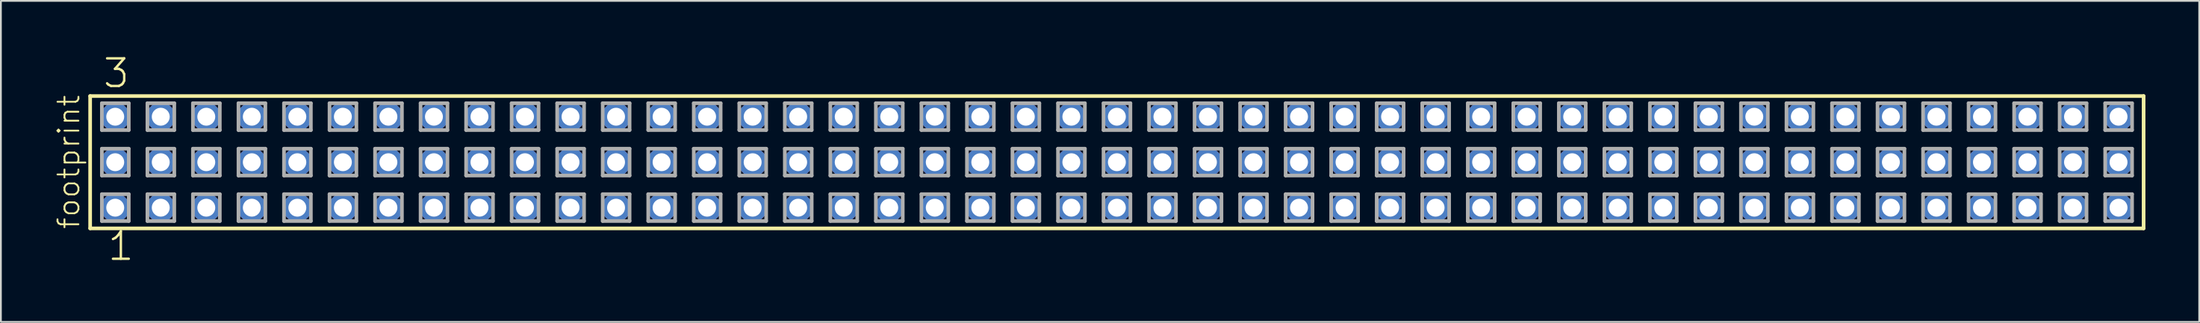
<source format=kicad_pcb>
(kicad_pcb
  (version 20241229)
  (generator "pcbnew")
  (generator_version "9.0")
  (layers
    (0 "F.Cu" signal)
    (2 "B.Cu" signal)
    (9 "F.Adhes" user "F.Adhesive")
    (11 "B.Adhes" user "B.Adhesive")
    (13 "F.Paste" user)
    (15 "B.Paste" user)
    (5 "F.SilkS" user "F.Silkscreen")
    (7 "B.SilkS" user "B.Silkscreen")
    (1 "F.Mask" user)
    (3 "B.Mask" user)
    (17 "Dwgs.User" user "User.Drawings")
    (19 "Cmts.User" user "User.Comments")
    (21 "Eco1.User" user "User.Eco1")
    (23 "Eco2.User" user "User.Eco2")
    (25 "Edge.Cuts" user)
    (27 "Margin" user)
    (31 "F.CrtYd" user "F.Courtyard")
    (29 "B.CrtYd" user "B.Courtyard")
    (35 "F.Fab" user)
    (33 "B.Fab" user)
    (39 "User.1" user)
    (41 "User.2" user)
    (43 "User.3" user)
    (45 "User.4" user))
  (footprint "footprint"
    (layer "F.Cu")
    (at 59.258 6.009)
    (property "Reference" "footprint" (at -57.785 3.81 90) (layer "F.SilkS") (effects (font (size 1.168 1.168) (thickness 0.102)) (justify left bottom)))
    (fp_line (start -57.279 -3.695) (end 57.279 -3.695) (stroke (width 0.203) (type solid)) (layer "F.SilkS"))
    (fp_line (start -57.279 3.695) (end -57.279 -3.695) (stroke (width 0.203) (type solid)) (layer "F.SilkS"))
    (fp_line (start 57.279 -3.695) (end 57.279 3.695) (stroke (width 0.203) (type solid)) (layer "F.SilkS"))
    (fp_line (start 57.279 3.695) (end -57.279 3.695) (stroke (width 0.203) (type solid)) (layer "F.SilkS"))
    (fp_line (start -56.625 -3.295) (end -55.125 -3.295) (stroke (width 0.203) (type solid)) (layer "F.Fab"))
    (fp_line (start -56.625 -1.795) (end -56.625 -3.295) (stroke (width 0.203) (type solid)) (layer "F.Fab"))
    (fp_line (start -56.625 -0.755) (end -55.125 -0.755) (stroke (width 0.203) (type solid)) (layer "F.Fab"))
    (fp_line (start -56.625 0.745) (end -56.625 -0.755) (stroke (width 0.203) (type solid)) (layer "F.Fab"))
    (fp_line (start -56.625 1.785) (end -55.125 1.785) (stroke (width 0.203) (type solid)) (layer "F.Fab"))
    (fp_line (start -56.625 3.285) (end -56.625 1.785) (stroke (width 0.203) (type solid)) (layer "F.Fab"))
    (fp_line (start -55.125 -3.295) (end -55.125 -1.795) (stroke (width 0.203) (type solid)) (layer "F.Fab"))
    (fp_line (start -55.125 -1.795) (end -56.625 -1.795) (stroke (width 0.203) (type solid)) (layer "F.Fab"))
    (fp_line (start -55.125 -0.755) (end -55.125 0.745) (stroke (width 0.203) (type solid)) (layer "F.Fab"))
    (fp_line (start -55.125 0.745) (end -56.625 0.745) (stroke (width 0.203) (type solid)) (layer "F.Fab"))
    (fp_line (start -55.125 1.785) (end -55.125 3.285) (stroke (width 0.203) (type solid)) (layer "F.Fab"))
    (fp_line (start -55.125 3.285) (end -56.625 3.285) (stroke (width 0.203) (type solid)) (layer "F.Fab"))
    (fp_line (start -54.085 -3.295) (end -52.585 -3.295) (stroke (width 0.203) (type solid)) (layer "F.Fab"))
    (fp_line (start -54.085 -1.795) (end -54.085 -3.295) (stroke (width 0.203) (type solid)) (layer "F.Fab"))
    (fp_line (start -54.085 -0.755) (end -52.585 -0.755) (stroke (width 0.203) (type solid)) (layer "F.Fab"))
    (fp_line (start -54.085 0.745) (end -54.085 -0.755) (stroke (width 0.203) (type solid)) (layer "F.Fab"))
    (fp_line (start -54.085 1.785) (end -52.585 1.785) (stroke (width 0.203) (type solid)) (layer "F.Fab"))
    (fp_line (start -54.085 3.285) (end -54.085 1.785) (stroke (width 0.203) (type solid)) (layer "F.Fab"))
    (fp_line (start -52.585 -3.295) (end -52.585 -1.795) (stroke (width 0.203) (type solid)) (layer "F.Fab"))
    (fp_line (start -52.585 -1.795) (end -54.085 -1.795) (stroke (width 0.203) (type solid)) (layer "F.Fab"))
    (fp_line (start -52.585 -0.755) (end -52.585 0.745) (stroke (width 0.203) (type solid)) (layer "F.Fab"))
    (fp_line (start -52.585 0.745) (end -54.085 0.745) (stroke (width 0.203) (type solid)) (layer "F.Fab"))
    (fp_line (start -52.585 1.785) (end -52.585 3.285) (stroke (width 0.203) (type solid)) (layer "F.Fab"))
    (fp_line (start -52.585 3.285) (end -54.085 3.285) (stroke (width 0.203) (type solid)) (layer "F.Fab"))
    (fp_line (start -51.545 -3.295) (end -50.045 -3.295) (stroke (width 0.203) (type solid)) (layer "F.Fab"))
    (fp_line (start -51.545 -1.795) (end -51.545 -3.295) (stroke (width 0.203) (type solid)) (layer "F.Fab"))
    (fp_line (start -51.545 -0.755) (end -50.045 -0.755) (stroke (width 0.203) (type solid)) (layer "F.Fab"))
    (fp_line (start -51.545 0.745) (end -51.545 -0.755) (stroke (width 0.203) (type solid)) (layer "F.Fab"))
    (fp_line (start -51.545 1.785) (end -50.045 1.785) (stroke (width 0.203) (type solid)) (layer "F.Fab"))
    (fp_line (start -51.545 3.285) (end -51.545 1.785) (stroke (width 0.203) (type solid)) (layer "F.Fab"))
    (fp_line (start -50.045 -3.295) (end -50.045 -1.795) (stroke (width 0.203) (type solid)) (layer "F.Fab"))
    (fp_line (start -50.045 -1.795) (end -51.545 -1.795) (stroke (width 0.203) (type solid)) (layer "F.Fab"))
    (fp_line (start -50.045 -0.755) (end -50.045 0.745) (stroke (width 0.203) (type solid)) (layer "F.Fab"))
    (fp_line (start -50.045 0.745) (end -51.545 0.745) (stroke (width 0.203) (type solid)) (layer "F.Fab"))
    (fp_line (start -50.045 1.785) (end -50.045 3.285) (stroke (width 0.203) (type solid)) (layer "F.Fab"))
    (fp_line (start -50.045 3.285) (end -51.545 3.285) (stroke (width 0.203) (type solid)) (layer "F.Fab"))
    (fp_line (start -49.005 -3.295) (end -47.505 -3.295) (stroke (width 0.203) (type solid)) (layer "F.Fab"))
    (fp_line (start -49.005 -1.795) (end -49.005 -3.295) (stroke (width 0.203) (type solid)) (layer "F.Fab"))
    (fp_line (start -49.005 -0.755) (end -47.505 -0.755) (stroke (width 0.203) (type solid)) (layer "F.Fab"))
    (fp_line (start -49.005 0.745) (end -49.005 -0.755) (stroke (width 0.203) (type solid)) (layer "F.Fab"))
    (fp_line (start -49.005 1.785) (end -47.505 1.785) (stroke (width 0.203) (type solid)) (layer "F.Fab"))
    (fp_line (start -49.005 3.285) (end -49.005 1.785) (stroke (width 0.203) (type solid)) (layer "F.Fab"))
    (fp_line (start -47.505 -3.295) (end -47.505 -1.795) (stroke (width 0.203) (type solid)) (layer "F.Fab"))
    (fp_line (start -47.505 -1.795) (end -49.005 -1.795) (stroke (width 0.203) (type solid)) (layer "F.Fab"))
    (fp_line (start -47.505 -0.755) (end -47.505 0.745) (stroke (width 0.203) (type solid)) (layer "F.Fab"))
    (fp_line (start -47.505 0.745) (end -49.005 0.745) (stroke (width 0.203) (type solid)) (layer "F.Fab"))
    (fp_line (start -47.505 1.785) (end -47.505 3.285) (stroke (width 0.203) (type solid)) (layer "F.Fab"))
    (fp_line (start -47.505 3.285) (end -49.005 3.285) (stroke (width 0.203) (type solid)) (layer "F.Fab"))
    (fp_line (start -46.465 -3.295) (end -44.965 -3.295) (stroke (width 0.203) (type solid)) (layer "F.Fab"))
    (fp_line (start -46.465 -1.795) (end -46.465 -3.295) (stroke (width 0.203) (type solid)) (layer "F.Fab"))
    (fp_line (start -46.465 -0.755) (end -44.965 -0.755) (stroke (width 0.203) (type solid)) (layer "F.Fab"))
    (fp_line (start -46.465 0.745) (end -46.465 -0.755) (stroke (width 0.203) (type solid)) (layer "F.Fab"))
    (fp_line (start -46.465 1.785) (end -44.965 1.785) (stroke (width 0.203) (type solid)) (layer "F.Fab"))
    (fp_line (start -46.465 3.285) (end -46.465 1.785) (stroke (width 0.203) (type solid)) (layer "F.Fab"))
    (fp_line (start -44.965 -3.295) (end -44.965 -1.795) (stroke (width 0.203) (type solid)) (layer "F.Fab"))
    (fp_line (start -44.965 -1.795) (end -46.465 -1.795) (stroke (width 0.203) (type solid)) (layer "F.Fab"))
    (fp_line (start -44.965 -0.755) (end -44.965 0.745) (stroke (width 0.203) (type solid)) (layer "F.Fab"))
    (fp_line (start -44.965 0.745) (end -46.465 0.745) (stroke (width 0.203) (type solid)) (layer "F.Fab"))
    (fp_line (start -44.965 1.785) (end -44.965 3.285) (stroke (width 0.203) (type solid)) (layer "F.Fab"))
    (fp_line (start -44.965 3.285) (end -46.465 3.285) (stroke (width 0.203) (type solid)) (layer "F.Fab"))
    (fp_line (start -43.925 -3.295) (end -42.425 -3.295) (stroke (width 0.203) (type solid)) (layer "F.Fab"))
    (fp_line (start -43.925 -1.795) (end -43.925 -3.295) (stroke (width 0.203) (type solid)) (layer "F.Fab"))
    (fp_line (start -43.925 -0.755) (end -42.425 -0.755) (stroke (width 0.203) (type solid)) (layer "F.Fab"))
    (fp_line (start -43.925 0.745) (end -43.925 -0.755) (stroke (width 0.203) (type solid)) (layer "F.Fab"))
    (fp_line (start -43.925 1.785) (end -42.425 1.785) (stroke (width 0.203) (type solid)) (layer "F.Fab"))
    (fp_line (start -43.925 3.285) (end -43.925 1.785) (stroke (width 0.203) (type solid)) (layer "F.Fab"))
    (fp_line (start -42.425 -3.295) (end -42.425 -1.795) (stroke (width 0.203) (type solid)) (layer "F.Fab"))
    (fp_line (start -42.425 -1.795) (end -43.925 -1.795) (stroke (width 0.203) (type solid)) (layer "F.Fab"))
    (fp_line (start -42.425 -0.755) (end -42.425 0.745) (stroke (width 0.203) (type solid)) (layer "F.Fab"))
    (fp_line (start -42.425 0.745) (end -43.925 0.745) (stroke (width 0.203) (type solid)) (layer "F.Fab"))
    (fp_line (start -42.425 1.785) (end -42.425 3.285) (stroke (width 0.203) (type solid)) (layer "F.Fab"))
    (fp_line (start -42.425 3.285) (end -43.925 3.285) (stroke (width 0.203) (type solid)) (layer "F.Fab"))
    (fp_line (start -41.385 -3.295) (end -39.885 -3.295) (stroke (width 0.203) (type solid)) (layer "F.Fab"))
    (fp_line (start -41.385 -1.795) (end -41.385 -3.295) (stroke (width 0.203) (type solid)) (layer "F.Fab"))
    (fp_line (start -41.385 -0.755) (end -39.885 -0.755) (stroke (width 0.203) (type solid)) (layer "F.Fab"))
    (fp_line (start -41.385 0.745) (end -41.385 -0.755) (stroke (width 0.203) (type solid)) (layer "F.Fab"))
    (fp_line (start -41.385 1.785) (end -39.885 1.785) (stroke (width 0.203) (type solid)) (layer "F.Fab"))
    (fp_line (start -41.385 3.285) (end -41.385 1.785) (stroke (width 0.203) (type solid)) (layer "F.Fab"))
    (fp_line (start -39.885 -3.295) (end -39.885 -1.795) (stroke (width 0.203) (type solid)) (layer "F.Fab"))
    (fp_line (start -39.885 -1.795) (end -41.385 -1.795) (stroke (width 0.203) (type solid)) (layer "F.Fab"))
    (fp_line (start -39.885 -0.755) (end -39.885 0.745) (stroke (width 0.203) (type solid)) (layer "F.Fab"))
    (fp_line (start -39.885 0.745) (end -41.385 0.745) (stroke (width 0.203) (type solid)) (layer "F.Fab"))
    (fp_line (start -39.885 1.785) (end -39.885 3.285) (stroke (width 0.203) (type solid)) (layer "F.Fab"))
    (fp_line (start -39.885 3.285) (end -41.385 3.285) (stroke (width 0.203) (type solid)) (layer "F.Fab"))
    (fp_line (start -38.845 -3.295) (end -37.345 -3.295) (stroke (width 0.203) (type solid)) (layer "F.Fab"))
    (fp_line (start -38.845 -1.795) (end -38.845 -3.295) (stroke (width 0.203) (type solid)) (layer "F.Fab"))
    (fp_line (start -38.845 -0.755) (end -37.345 -0.755) (stroke (width 0.203) (type solid)) (layer "F.Fab"))
    (fp_line (start -38.845 0.745) (end -38.845 -0.755) (stroke (width 0.203) (type solid)) (layer "F.Fab"))
    (fp_line (start -38.845 1.785) (end -37.345 1.785) (stroke (width 0.203) (type solid)) (layer "F.Fab"))
    (fp_line (start -38.845 3.285) (end -38.845 1.785) (stroke (width 0.203) (type solid)) (layer "F.Fab"))
    (fp_line (start -37.345 -3.295) (end -37.345 -1.795) (stroke (width 0.203) (type solid)) (layer "F.Fab"))
    (fp_line (start -37.345 -1.795) (end -38.845 -1.795) (stroke (width 0.203) (type solid)) (layer "F.Fab"))
    (fp_line (start -37.345 -0.755) (end -37.345 0.745) (stroke (width 0.203) (type solid)) (layer "F.Fab"))
    (fp_line (start -37.345 0.745) (end -38.845 0.745) (stroke (width 0.203) (type solid)) (layer "F.Fab"))
    (fp_line (start -37.345 1.785) (end -37.345 3.285) (stroke (width 0.203) (type solid)) (layer "F.Fab"))
    (fp_line (start -37.345 3.285) (end -38.845 3.285) (stroke (width 0.203) (type solid)) (layer "F.Fab"))
    (fp_line (start -36.305 -3.295) (end -34.805 -3.295) (stroke (width 0.203) (type solid)) (layer "F.Fab"))
    (fp_line (start -36.305 -1.795) (end -36.305 -3.295) (stroke (width 0.203) (type solid)) (layer "F.Fab"))
    (fp_line (start -36.305 -0.755) (end -34.805 -0.755) (stroke (width 0.203) (type solid)) (layer "F.Fab"))
    (fp_line (start -36.305 0.745) (end -36.305 -0.755) (stroke (width 0.203) (type solid)) (layer "F.Fab"))
    (fp_line (start -36.305 1.785) (end -34.805 1.785) (stroke (width 0.203) (type solid)) (layer "F.Fab"))
    (fp_line (start -36.305 3.285) (end -36.305 1.785) (stroke (width 0.203) (type solid)) (layer "F.Fab"))
    (fp_line (start -34.805 -3.295) (end -34.805 -1.795) (stroke (width 0.203) (type solid)) (layer "F.Fab"))
    (fp_line (start -34.805 -1.795) (end -36.305 -1.795) (stroke (width 0.203) (type solid)) (layer "F.Fab"))
    (fp_line (start -34.805 -0.755) (end -34.805 0.745) (stroke (width 0.203) (type solid)) (layer "F.Fab"))
    (fp_line (start -34.805 0.745) (end -36.305 0.745) (stroke (width 0.203) (type solid)) (layer "F.Fab"))
    (fp_line (start -34.805 1.785) (end -34.805 3.285) (stroke (width 0.203) (type solid)) (layer "F.Fab"))
    (fp_line (start -34.805 3.285) (end -36.305 3.285) (stroke (width 0.203) (type solid)) (layer "F.Fab"))
    (fp_line (start -33.765 -3.295) (end -32.265 -3.295) (stroke (width 0.203) (type solid)) (layer "F.Fab"))
    (fp_line (start -33.765 -1.795) (end -33.765 -3.295) (stroke (width 0.203) (type solid)) (layer "F.Fab"))
    (fp_line (start -33.765 -0.755) (end -32.265 -0.755) (stroke (width 0.203) (type solid)) (layer "F.Fab"))
    (fp_line (start -33.765 0.745) (end -33.765 -0.755) (stroke (width 0.203) (type solid)) (layer "F.Fab"))
    (fp_line (start -33.765 1.785) (end -32.265 1.785) (stroke (width 0.203) (type solid)) (layer "F.Fab"))
    (fp_line (start -33.765 3.285) (end -33.765 1.785) (stroke (width 0.203) (type solid)) (layer "F.Fab"))
    (fp_line (start -32.265 -3.295) (end -32.265 -1.795) (stroke (width 0.203) (type solid)) (layer "F.Fab"))
    (fp_line (start -32.265 -1.795) (end -33.765 -1.795) (stroke (width 0.203) (type solid)) (layer "F.Fab"))
    (fp_line (start -32.265 -0.755) (end -32.265 0.745) (stroke (width 0.203) (type solid)) (layer "F.Fab"))
    (fp_line (start -32.265 0.745) (end -33.765 0.745) (stroke (width 0.203) (type solid)) (layer "F.Fab"))
    (fp_line (start -32.265 1.785) (end -32.265 3.285) (stroke (width 0.203) (type solid)) (layer "F.Fab"))
    (fp_line (start -32.265 3.285) (end -33.765 3.285) (stroke (width 0.203) (type solid)) (layer "F.Fab"))
    (fp_line (start -31.225 -3.295) (end -29.725 -3.295) (stroke (width 0.203) (type solid)) (layer "F.Fab"))
    (fp_line (start -31.225 -1.795) (end -31.225 -3.295) (stroke (width 0.203) (type solid)) (layer "F.Fab"))
    (fp_line (start -31.225 -0.755) (end -29.725 -0.755) (stroke (width 0.203) (type solid)) (layer "F.Fab"))
    (fp_line (start -31.225 0.745) (end -31.225 -0.755) (stroke (width 0.203) (type solid)) (layer "F.Fab"))
    (fp_line (start -31.225 1.785) (end -29.725 1.785) (stroke (width 0.203) (type solid)) (layer "F.Fab"))
    (fp_line (start -31.225 3.285) (end -31.225 1.785) (stroke (width 0.203) (type solid)) (layer "F.Fab"))
    (fp_line (start -29.725 -3.295) (end -29.725 -1.795) (stroke (width 0.203) (type solid)) (layer "F.Fab"))
    (fp_line (start -29.725 -1.795) (end -31.225 -1.795) (stroke (width 0.203) (type solid)) (layer "F.Fab"))
    (fp_line (start -29.725 -0.755) (end -29.725 0.745) (stroke (width 0.203) (type solid)) (layer "F.Fab"))
    (fp_line (start -29.725 0.745) (end -31.225 0.745) (stroke (width 0.203) (type solid)) (layer "F.Fab"))
    (fp_line (start -29.725 1.785) (end -29.725 3.285) (stroke (width 0.203) (type solid)) (layer "F.Fab"))
    (fp_line (start -29.725 3.285) (end -31.225 3.285) (stroke (width 0.203) (type solid)) (layer "F.Fab"))
    (fp_line (start -28.685 -3.295) (end -27.185 -3.295) (stroke (width 0.203) (type solid)) (layer "F.Fab"))
    (fp_line (start -28.685 -1.795) (end -28.685 -3.295) (stroke (width 0.203) (type solid)) (layer "F.Fab"))
    (fp_line (start -28.685 -0.755) (end -27.185 -0.755) (stroke (width 0.203) (type solid)) (layer "F.Fab"))
    (fp_line (start -28.685 0.745) (end -28.685 -0.755) (stroke (width 0.203) (type solid)) (layer "F.Fab"))
    (fp_line (start -28.685 1.785) (end -27.185 1.785) (stroke (width 0.203) (type solid)) (layer "F.Fab"))
    (fp_line (start -28.685 3.285) (end -28.685 1.785) (stroke (width 0.203) (type solid)) (layer "F.Fab"))
    (fp_line (start -27.185 -3.295) (end -27.185 -1.795) (stroke (width 0.203) (type solid)) (layer "F.Fab"))
    (fp_line (start -27.185 -1.795) (end -28.685 -1.795) (stroke (width 0.203) (type solid)) (layer "F.Fab"))
    (fp_line (start -27.185 -0.755) (end -27.185 0.745) (stroke (width 0.203) (type solid)) (layer "F.Fab"))
    (fp_line (start -27.185 0.745) (end -28.685 0.745) (stroke (width 0.203) (type solid)) (layer "F.Fab"))
    (fp_line (start -27.185 1.785) (end -27.185 3.285) (stroke (width 0.203) (type solid)) (layer "F.Fab"))
    (fp_line (start -27.185 3.285) (end -28.685 3.285) (stroke (width 0.203) (type solid)) (layer "F.Fab"))
    (fp_line (start -26.145 -3.295) (end -24.645 -3.295) (stroke (width 0.203) (type solid)) (layer "F.Fab"))
    (fp_line (start -26.145 -1.795) (end -26.145 -3.295) (stroke (width 0.203) (type solid)) (layer "F.Fab"))
    (fp_line (start -26.145 -0.755) (end -24.645 -0.755) (stroke (width 0.203) (type solid)) (layer "F.Fab"))
    (fp_line (start -26.145 0.745) (end -26.145 -0.755) (stroke (width 0.203) (type solid)) (layer "F.Fab"))
    (fp_line (start -26.145 1.785) (end -24.645 1.785) (stroke (width 0.203) (type solid)) (layer "F.Fab"))
    (fp_line (start -26.145 3.285) (end -26.145 1.785) (stroke (width 0.203) (type solid)) (layer "F.Fab"))
    (fp_line (start -24.645 -3.295) (end -24.645 -1.795) (stroke (width 0.203) (type solid)) (layer "F.Fab"))
    (fp_line (start -24.645 -1.795) (end -26.145 -1.795) (stroke (width 0.203) (type solid)) (layer "F.Fab"))
    (fp_line (start -24.645 -0.755) (end -24.645 0.745) (stroke (width 0.203) (type solid)) (layer "F.Fab"))
    (fp_line (start -24.645 0.745) (end -26.145 0.745) (stroke (width 0.203) (type solid)) (layer "F.Fab"))
    (fp_line (start -24.645 1.785) (end -24.645 3.285) (stroke (width 0.203) (type solid)) (layer "F.Fab"))
    (fp_line (start -24.645 3.285) (end -26.145 3.285) (stroke (width 0.203) (type solid)) (layer "F.Fab"))
    (fp_line (start -23.605 -3.295) (end -22.105 -3.295) (stroke (width 0.203) (type solid)) (layer "F.Fab"))
    (fp_line (start -23.605 -1.795) (end -23.605 -3.295) (stroke (width 0.203) (type solid)) (layer "F.Fab"))
    (fp_line (start -23.605 -0.755) (end -22.105 -0.755) (stroke (width 0.203) (type solid)) (layer "F.Fab"))
    (fp_line (start -23.605 0.745) (end -23.605 -0.755) (stroke (width 0.203) (type solid)) (layer "F.Fab"))
    (fp_line (start -23.605 1.785) (end -22.105 1.785) (stroke (width 0.203) (type solid)) (layer "F.Fab"))
    (fp_line (start -23.605 3.285) (end -23.605 1.785) (stroke (width 0.203) (type solid)) (layer "F.Fab"))
    (fp_line (start -22.105 -3.295) (end -22.105 -1.795) (stroke (width 0.203) (type solid)) (layer "F.Fab"))
    (fp_line (start -22.105 -1.795) (end -23.605 -1.795) (stroke (width 0.203) (type solid)) (layer "F.Fab"))
    (fp_line (start -22.105 -0.755) (end -22.105 0.745) (stroke (width 0.203) (type solid)) (layer "F.Fab"))
    (fp_line (start -22.105 0.745) (end -23.605 0.745) (stroke (width 0.203) (type solid)) (layer "F.Fab"))
    (fp_line (start -22.105 1.785) (end -22.105 3.285) (stroke (width 0.203) (type solid)) (layer "F.Fab"))
    (fp_line (start -22.105 3.285) (end -23.605 3.285) (stroke (width 0.203) (type solid)) (layer "F.Fab"))
    (fp_line (start -21.065 -3.295) (end -19.565 -3.295) (stroke (width 0.203) (type solid)) (layer "F.Fab"))
    (fp_line (start -21.065 -1.795) (end -21.065 -3.295) (stroke (width 0.203) (type solid)) (layer "F.Fab"))
    (fp_line (start -21.065 -0.755) (end -19.565 -0.755) (stroke (width 0.203) (type solid)) (layer "F.Fab"))
    (fp_line (start -21.065 0.745) (end -21.065 -0.755) (stroke (width 0.203) (type solid)) (layer "F.Fab"))
    (fp_line (start -21.065 1.785) (end -19.565 1.785) (stroke (width 0.203) (type solid)) (layer "F.Fab"))
    (fp_line (start -21.065 3.285) (end -21.065 1.785) (stroke (width 0.203) (type solid)) (layer "F.Fab"))
    (fp_line (start -19.565 -3.295) (end -19.565 -1.795) (stroke (width 0.203) (type solid)) (layer "F.Fab"))
    (fp_line (start -19.565 -1.795) (end -21.065 -1.795) (stroke (width 0.203) (type solid)) (layer "F.Fab"))
    (fp_line (start -19.565 -0.755) (end -19.565 0.745) (stroke (width 0.203) (type solid)) (layer "F.Fab"))
    (fp_line (start -19.565 0.745) (end -21.065 0.745) (stroke (width 0.203) (type solid)) (layer "F.Fab"))
    (fp_line (start -19.565 1.785) (end -19.565 3.285) (stroke (width 0.203) (type solid)) (layer "F.Fab"))
    (fp_line (start -19.565 3.285) (end -21.065 3.285) (stroke (width 0.203) (type solid)) (layer "F.Fab"))
    (fp_line (start -18.525 -3.295) (end -17.025 -3.295) (stroke (width 0.203) (type solid)) (layer "F.Fab"))
    (fp_line (start -18.525 -1.795) (end -18.525 -3.295) (stroke (width 0.203) (type solid)) (layer "F.Fab"))
    (fp_line (start -18.525 -0.755) (end -17.025 -0.755) (stroke (width 0.203) (type solid)) (layer "F.Fab"))
    (fp_line (start -18.525 0.745) (end -18.525 -0.755) (stroke (width 0.203) (type solid)) (layer "F.Fab"))
    (fp_line (start -18.525 1.785) (end -17.025 1.785) (stroke (width 0.203) (type solid)) (layer "F.Fab"))
    (fp_line (start -18.525 3.285) (end -18.525 1.785) (stroke (width 0.203) (type solid)) (layer "F.Fab"))
    (fp_line (start -17.025 -3.295) (end -17.025 -1.795) (stroke (width 0.203) (type solid)) (layer "F.Fab"))
    (fp_line (start -17.025 -1.795) (end -18.525 -1.795) (stroke (width 0.203) (type solid)) (layer "F.Fab"))
    (fp_line (start -17.025 -0.755) (end -17.025 0.745) (stroke (width 0.203) (type solid)) (layer "F.Fab"))
    (fp_line (start -17.025 0.745) (end -18.525 0.745) (stroke (width 0.203) (type solid)) (layer "F.Fab"))
    (fp_line (start -17.025 1.785) (end -17.025 3.285) (stroke (width 0.203) (type solid)) (layer "F.Fab"))
    (fp_line (start -17.025 3.285) (end -18.525 3.285) (stroke (width 0.203) (type solid)) (layer "F.Fab"))
    (fp_line (start -15.985 -3.295) (end -14.485 -3.295) (stroke (width 0.203) (type solid)) (layer "F.Fab"))
    (fp_line (start -15.985 -1.795) (end -15.985 -3.295) (stroke (width 0.203) (type solid)) (layer "F.Fab"))
    (fp_line (start -15.985 -0.755) (end -14.485 -0.755) (stroke (width 0.203) (type solid)) (layer "F.Fab"))
    (fp_line (start -15.985 0.745) (end -15.985 -0.755) (stroke (width 0.203) (type solid)) (layer "F.Fab"))
    (fp_line (start -15.985 1.785) (end -14.485 1.785) (stroke (width 0.203) (type solid)) (layer "F.Fab"))
    (fp_line (start -15.985 3.285) (end -15.985 1.785) (stroke (width 0.203) (type solid)) (layer "F.Fab"))
    (fp_line (start -14.485 -3.295) (end -14.485 -1.795) (stroke (width 0.203) (type solid)) (layer "F.Fab"))
    (fp_line (start -14.485 -1.795) (end -15.985 -1.795) (stroke (width 0.203) (type solid)) (layer "F.Fab"))
    (fp_line (start -14.485 -0.755) (end -14.485 0.745) (stroke (width 0.203) (type solid)) (layer "F.Fab"))
    (fp_line (start -14.485 0.745) (end -15.985 0.745) (stroke (width 0.203) (type solid)) (layer "F.Fab"))
    (fp_line (start -14.485 1.785) (end -14.485 3.285) (stroke (width 0.203) (type solid)) (layer "F.Fab"))
    (fp_line (start -14.485 3.285) (end -15.985 3.285) (stroke (width 0.203) (type solid)) (layer "F.Fab"))
    (fp_line (start -13.445 -3.295) (end -11.945 -3.295) (stroke (width 0.203) (type solid)) (layer "F.Fab"))
    (fp_line (start -13.445 -1.795) (end -13.445 -3.295) (stroke (width 0.203) (type solid)) (layer "F.Fab"))
    (fp_line (start -13.445 -0.755) (end -11.945 -0.755) (stroke (width 0.203) (type solid)) (layer "F.Fab"))
    (fp_line (start -13.445 0.745) (end -13.445 -0.755) (stroke (width 0.203) (type solid)) (layer "F.Fab"))
    (fp_line (start -13.445 1.785) (end -11.945 1.785) (stroke (width 0.203) (type solid)) (layer "F.Fab"))
    (fp_line (start -13.445 3.285) (end -13.445 1.785) (stroke (width 0.203) (type solid)) (layer "F.Fab"))
    (fp_line (start -11.945 -3.295) (end -11.945 -1.795) (stroke (width 0.203) (type solid)) (layer "F.Fab"))
    (fp_line (start -11.945 -1.795) (end -13.445 -1.795) (stroke (width 0.203) (type solid)) (layer "F.Fab"))
    (fp_line (start -11.945 -0.755) (end -11.945 0.745) (stroke (width 0.203) (type solid)) (layer "F.Fab"))
    (fp_line (start -11.945 0.745) (end -13.445 0.745) (stroke (width 0.203) (type solid)) (layer "F.Fab"))
    (fp_line (start -11.945 1.785) (end -11.945 3.285) (stroke (width 0.203) (type solid)) (layer "F.Fab"))
    (fp_line (start -11.945 3.285) (end -13.445 3.285) (stroke (width 0.203) (type solid)) (layer "F.Fab"))
    (fp_line (start -10.905 -3.295) (end -9.405 -3.295) (stroke (width 0.203) (type solid)) (layer "F.Fab"))
    (fp_line (start -10.905 -1.795) (end -10.905 -3.295) (stroke (width 0.203) (type solid)) (layer "F.Fab"))
    (fp_line (start -10.905 -0.755) (end -9.405 -0.755) (stroke (width 0.203) (type solid)) (layer "F.Fab"))
    (fp_line (start -10.905 0.745) (end -10.905 -0.755) (stroke (width 0.203) (type solid)) (layer "F.Fab"))
    (fp_line (start -10.905 1.785) (end -9.405 1.785) (stroke (width 0.203) (type solid)) (layer "F.Fab"))
    (fp_line (start -10.905 3.285) (end -10.905 1.785) (stroke (width 0.203) (type solid)) (layer "F.Fab"))
    (fp_line (start -9.405 -3.295) (end -9.405 -1.795) (stroke (width 0.203) (type solid)) (layer "F.Fab"))
    (fp_line (start -9.405 -1.795) (end -10.905 -1.795) (stroke (width 0.203) (type solid)) (layer "F.Fab"))
    (fp_line (start -9.405 -0.755) (end -9.405 0.745) (stroke (width 0.203) (type solid)) (layer "F.Fab"))
    (fp_line (start -9.405 0.745) (end -10.905 0.745) (stroke (width 0.203) (type solid)) (layer "F.Fab"))
    (fp_line (start -9.405 1.785) (end -9.405 3.285) (stroke (width 0.203) (type solid)) (layer "F.Fab"))
    (fp_line (start -9.405 3.285) (end -10.905 3.285) (stroke (width 0.203) (type solid)) (layer "F.Fab"))
    (fp_line (start -8.365 -3.295) (end -6.865 -3.295) (stroke (width 0.203) (type solid)) (layer "F.Fab"))
    (fp_line (start -8.365 -1.795) (end -8.365 -3.295) (stroke (width 0.203) (type solid)) (layer "F.Fab"))
    (fp_line (start -8.365 -0.755) (end -6.865 -0.755) (stroke (width 0.203) (type solid)) (layer "F.Fab"))
    (fp_line (start -8.365 0.745) (end -8.365 -0.755) (stroke (width 0.203) (type solid)) (layer "F.Fab"))
    (fp_line (start -8.365 1.785) (end -6.865 1.785) (stroke (width 0.203) (type solid)) (layer "F.Fab"))
    (fp_line (start -8.365 3.285) (end -8.365 1.785) (stroke (width 0.203) (type solid)) (layer "F.Fab"))
    (fp_line (start -6.865 -3.295) (end -6.865 -1.795) (stroke (width 0.203) (type solid)) (layer "F.Fab"))
    (fp_line (start -6.865 -1.795) (end -8.365 -1.795) (stroke (width 0.203) (type solid)) (layer "F.Fab"))
    (fp_line (start -6.865 -0.755) (end -6.865 0.745) (stroke (width 0.203) (type solid)) (layer "F.Fab"))
    (fp_line (start -6.865 0.745) (end -8.365 0.745) (stroke (width 0.203) (type solid)) (layer "F.Fab"))
    (fp_line (start -6.865 1.785) (end -6.865 3.285) (stroke (width 0.203) (type solid)) (layer "F.Fab"))
    (fp_line (start -6.865 3.285) (end -8.365 3.285) (stroke (width 0.203) (type solid)) (layer "F.Fab"))
    (fp_line (start -5.825 -3.295) (end -4.325 -3.295) (stroke (width 0.203) (type solid)) (layer "F.Fab"))
    (fp_line (start -5.825 -1.795) (end -5.825 -3.295) (stroke (width 0.203) (type solid)) (layer "F.Fab"))
    (fp_line (start -5.825 -0.755) (end -4.325 -0.755) (stroke (width 0.203) (type solid)) (layer "F.Fab"))
    (fp_line (start -5.825 0.745) (end -5.825 -0.755) (stroke (width 0.203) (type solid)) (layer "F.Fab"))
    (fp_line (start -5.825 1.785) (end -4.325 1.785) (stroke (width 0.203) (type solid)) (layer "F.Fab"))
    (fp_line (start -5.825 3.285) (end -5.825 1.785) (stroke (width 0.203) (type solid)) (layer "F.Fab"))
    (fp_line (start -4.325 -3.295) (end -4.325 -1.795) (stroke (width 0.203) (type solid)) (layer "F.Fab"))
    (fp_line (start -4.325 -1.795) (end -5.825 -1.795) (stroke (width 0.203) (type solid)) (layer "F.Fab"))
    (fp_line (start -4.325 -0.755) (end -4.325 0.745) (stroke (width 0.203) (type solid)) (layer "F.Fab"))
    (fp_line (start -4.325 0.745) (end -5.825 0.745) (stroke (width 0.203) (type solid)) (layer "F.Fab"))
    (fp_line (start -4.325 1.785) (end -4.325 3.285) (stroke (width 0.203) (type solid)) (layer "F.Fab"))
    (fp_line (start -4.325 3.285) (end -5.825 3.285) (stroke (width 0.203) (type solid)) (layer "F.Fab"))
    (fp_line (start -3.285 -3.295) (end -1.785 -3.295) (stroke (width 0.203) (type solid)) (layer "F.Fab"))
    (fp_line (start -3.285 -1.795) (end -3.285 -3.295) (stroke (width 0.203) (type solid)) (layer "F.Fab"))
    (fp_line (start -3.285 -0.755) (end -1.785 -0.755) (stroke (width 0.203) (type solid)) (layer "F.Fab"))
    (fp_line (start -3.285 0.745) (end -3.285 -0.755) (stroke (width 0.203) (type solid)) (layer "F.Fab"))
    (fp_line (start -3.285 1.785) (end -1.785 1.785) (stroke (width 0.203) (type solid)) (layer "F.Fab"))
    (fp_line (start -3.285 3.285) (end -3.285 1.785) (stroke (width 0.203) (type solid)) (layer "F.Fab"))
    (fp_line (start -1.785 -3.295) (end -1.785 -1.795) (stroke (width 0.203) (type solid)) (layer "F.Fab"))
    (fp_line (start -1.785 -1.795) (end -3.285 -1.795) (stroke (width 0.203) (type solid)) (layer "F.Fab"))
    (fp_line (start -1.785 -0.755) (end -1.785 0.745) (stroke (width 0.203) (type solid)) (layer "F.Fab"))
    (fp_line (start -1.785 0.745) (end -3.285 0.745) (stroke (width 0.203) (type solid)) (layer "F.Fab"))
    (fp_line (start -1.785 1.785) (end -1.785 3.285) (stroke (width 0.203) (type solid)) (layer "F.Fab"))
    (fp_line (start -1.785 3.285) (end -3.285 3.285) (stroke (width 0.203) (type solid)) (layer "F.Fab"))
    (fp_line (start -0.745 -3.295) (end 0.755 -3.295) (stroke (width 0.203) (type solid)) (layer "F.Fab"))
    (fp_line (start -0.745 -1.795) (end -0.745 -3.295) (stroke (width 0.203) (type solid)) (layer "F.Fab"))
    (fp_line (start -0.745 -0.755) (end 0.755 -0.755) (stroke (width 0.203) (type solid)) (layer "F.Fab"))
    (fp_line (start -0.745 0.745) (end -0.745 -0.755) (stroke (width 0.203) (type solid)) (layer "F.Fab"))
    (fp_line (start -0.745 1.785) (end 0.755 1.785) (stroke (width 0.203) (type solid)) (layer "F.Fab"))
    (fp_line (start -0.745 3.285) (end -0.745 1.785) (stroke (width 0.203) (type solid)) (layer "F.Fab"))
    (fp_line (start 0.755 -3.295) (end 0.755 -1.795) (stroke (width 0.203) (type solid)) (layer "F.Fab"))
    (fp_line (start 0.755 -1.795) (end -0.745 -1.795) (stroke (width 0.203) (type solid)) (layer "F.Fab"))
    (fp_line (start 0.755 -0.755) (end 0.755 0.745) (stroke (width 0.203) (type solid)) (layer "F.Fab"))
    (fp_line (start 0.755 0.745) (end -0.745 0.745) (stroke (width 0.203) (type solid)) (layer "F.Fab"))
    (fp_line (start 0.755 1.785) (end 0.755 3.285) (stroke (width 0.203) (type solid)) (layer "F.Fab"))
    (fp_line (start 0.755 3.285) (end -0.745 3.285) (stroke (width 0.203) (type solid)) (layer "F.Fab"))
    (fp_line (start 1.795 -3.295) (end 3.295 -3.295) (stroke (width 0.203) (type solid)) (layer "F.Fab"))
    (fp_line (start 1.795 -1.795) (end 1.795 -3.295) (stroke (width 0.203) (type solid)) (layer "F.Fab"))
    (fp_line (start 1.795 -0.755) (end 3.295 -0.755) (stroke (width 0.203) (type solid)) (layer "F.Fab"))
    (fp_line (start 1.795 0.745) (end 1.795 -0.755) (stroke (width 0.203) (type solid)) (layer "F.Fab"))
    (fp_line (start 1.795 1.785) (end 3.295 1.785) (stroke (width 0.203) (type solid)) (layer "F.Fab"))
    (fp_line (start 1.795 3.285) (end 1.795 1.785) (stroke (width 0.203) (type solid)) (layer "F.Fab"))
    (fp_line (start 3.295 -3.295) (end 3.295 -1.795) (stroke (width 0.203) (type solid)) (layer "F.Fab"))
    (fp_line (start 3.295 -1.795) (end 1.795 -1.795) (stroke (width 0.203) (type solid)) (layer "F.Fab"))
    (fp_line (start 3.295 -0.755) (end 3.295 0.745) (stroke (width 0.203) (type solid)) (layer "F.Fab"))
    (fp_line (start 3.295 0.745) (end 1.795 0.745) (stroke (width 0.203) (type solid)) (layer "F.Fab"))
    (fp_line (start 3.295 1.785) (end 3.295 3.285) (stroke (width 0.203) (type solid)) (layer "F.Fab"))
    (fp_line (start 3.295 3.285) (end 1.795 3.285) (stroke (width 0.203) (type solid)) (layer "F.Fab"))
    (fp_line (start 4.335 -3.295) (end 5.835 -3.295) (stroke (width 0.203) (type solid)) (layer "F.Fab"))
    (fp_line (start 4.335 -1.795) (end 4.335 -3.295) (stroke (width 0.203) (type solid)) (layer "F.Fab"))
    (fp_line (start 4.335 -0.755) (end 5.835 -0.755) (stroke (width 0.203) (type solid)) (layer "F.Fab"))
    (fp_line (start 4.335 0.745) (end 4.335 -0.755) (stroke (width 0.203) (type solid)) (layer "F.Fab"))
    (fp_line (start 4.335 1.785) (end 5.835 1.785) (stroke (width 0.203) (type solid)) (layer "F.Fab"))
    (fp_line (start 4.335 3.285) (end 4.335 1.785) (stroke (width 0.203) (type solid)) (layer "F.Fab"))
    (fp_line (start 5.835 -3.295) (end 5.835 -1.795) (stroke (width 0.203) (type solid)) (layer "F.Fab"))
    (fp_line (start 5.835 -1.795) (end 4.335 -1.795) (stroke (width 0.203) (type solid)) (layer "F.Fab"))
    (fp_line (start 5.835 -0.755) (end 5.835 0.745) (stroke (width 0.203) (type solid)) (layer "F.Fab"))
    (fp_line (start 5.835 0.745) (end 4.335 0.745) (stroke (width 0.203) (type solid)) (layer "F.Fab"))
    (fp_line (start 5.835 1.785) (end 5.835 3.285) (stroke (width 0.203) (type solid)) (layer "F.Fab"))
    (fp_line (start 5.835 3.285) (end 4.335 3.285) (stroke (width 0.203) (type solid)) (layer "F.Fab"))
    (fp_line (start 6.875 -3.295) (end 8.375 -3.295) (stroke (width 0.203) (type solid)) (layer "F.Fab"))
    (fp_line (start 6.875 -1.795) (end 6.875 -3.295) (stroke (width 0.203) (type solid)) (layer "F.Fab"))
    (fp_line (start 6.875 -0.755) (end 8.375 -0.755) (stroke (width 0.203) (type solid)) (layer "F.Fab"))
    (fp_line (start 6.875 0.745) (end 6.875 -0.755) (stroke (width 0.203) (type solid)) (layer "F.Fab"))
    (fp_line (start 6.875 1.785) (end 8.375 1.785) (stroke (width 0.203) (type solid)) (layer "F.Fab"))
    (fp_line (start 6.875 3.285) (end 6.875 1.785) (stroke (width 0.203) (type solid)) (layer "F.Fab"))
    (fp_line (start 8.375 -3.295) (end 8.375 -1.795) (stroke (width 0.203) (type solid)) (layer "F.Fab"))
    (fp_line (start 8.375 -1.795) (end 6.875 -1.795) (stroke (width 0.203) (type solid)) (layer "F.Fab"))
    (fp_line (start 8.375 -0.755) (end 8.375 0.745) (stroke (width 0.203) (type solid)) (layer "F.Fab"))
    (fp_line (start 8.375 0.745) (end 6.875 0.745) (stroke (width 0.203) (type solid)) (layer "F.Fab"))
    (fp_line (start 8.375 1.785) (end 8.375 3.285) (stroke (width 0.203) (type solid)) (layer "F.Fab"))
    (fp_line (start 8.375 3.285) (end 6.875 3.285) (stroke (width 0.203) (type solid)) (layer "F.Fab"))
    (fp_line (start 9.415 -3.295) (end 10.915 -3.295) (stroke (width 0.203) (type solid)) (layer "F.Fab"))
    (fp_line (start 9.415 -1.795) (end 9.415 -3.295) (stroke (width 0.203) (type solid)) (layer "F.Fab"))
    (fp_line (start 9.415 -0.755) (end 10.915 -0.755) (stroke (width 0.203) (type solid)) (layer "F.Fab"))
    (fp_line (start 9.415 0.745) (end 9.415 -0.755) (stroke (width 0.203) (type solid)) (layer "F.Fab"))
    (fp_line (start 9.415 1.785) (end 10.915 1.785) (stroke (width 0.203) (type solid)) (layer "F.Fab"))
    (fp_line (start 9.415 3.285) (end 9.415 1.785) (stroke (width 0.203) (type solid)) (layer "F.Fab"))
    (fp_line (start 10.915 -3.295) (end 10.915 -1.795) (stroke (width 0.203) (type solid)) (layer "F.Fab"))
    (fp_line (start 10.915 -1.795) (end 9.415 -1.795) (stroke (width 0.203) (type solid)) (layer "F.Fab"))
    (fp_line (start 10.915 -0.755) (end 10.915 0.745) (stroke (width 0.203) (type solid)) (layer "F.Fab"))
    (fp_line (start 10.915 0.745) (end 9.415 0.745) (stroke (width 0.203) (type solid)) (layer "F.Fab"))
    (fp_line (start 10.915 1.785) (end 10.915 3.285) (stroke (width 0.203) (type solid)) (layer "F.Fab"))
    (fp_line (start 10.915 3.285) (end 9.415 3.285) (stroke (width 0.203) (type solid)) (layer "F.Fab"))
    (fp_line (start 11.955 -3.295) (end 13.455 -3.295) (stroke (width 0.203) (type solid)) (layer "F.Fab"))
    (fp_line (start 11.955 -1.795) (end 11.955 -3.295) (stroke (width 0.203) (type solid)) (layer "F.Fab"))
    (fp_line (start 11.955 -0.755) (end 13.455 -0.755) (stroke (width 0.203) (type solid)) (layer "F.Fab"))
    (fp_line (start 11.955 0.745) (end 11.955 -0.755) (stroke (width 0.203) (type solid)) (layer "F.Fab"))
    (fp_line (start 11.955 1.785) (end 13.455 1.785) (stroke (width 0.203) (type solid)) (layer "F.Fab"))
    (fp_line (start 11.955 3.285) (end 11.955 1.785) (stroke (width 0.203) (type solid)) (layer "F.Fab"))
    (fp_line (start 13.455 -3.295) (end 13.455 -1.795) (stroke (width 0.203) (type solid)) (layer "F.Fab"))
    (fp_line (start 13.455 -1.795) (end 11.955 -1.795) (stroke (width 0.203) (type solid)) (layer "F.Fab"))
    (fp_line (start 13.455 -0.755) (end 13.455 0.745) (stroke (width 0.203) (type solid)) (layer "F.Fab"))
    (fp_line (start 13.455 0.745) (end 11.955 0.745) (stroke (width 0.203) (type solid)) (layer "F.Fab"))
    (fp_line (start 13.455 1.785) (end 13.455 3.285) (stroke (width 0.203) (type solid)) (layer "F.Fab"))
    (fp_line (start 13.455 3.285) (end 11.955 3.285) (stroke (width 0.203) (type solid)) (layer "F.Fab"))
    (fp_line (start 14.495 -3.295) (end 15.995 -3.295) (stroke (width 0.203) (type solid)) (layer "F.Fab"))
    (fp_line (start 14.495 -1.795) (end 14.495 -3.295) (stroke (width 0.203) (type solid)) (layer "F.Fab"))
    (fp_line (start 14.495 -0.755) (end 15.995 -0.755) (stroke (width 0.203) (type solid)) (layer "F.Fab"))
    (fp_line (start 14.495 0.745) (end 14.495 -0.755) (stroke (width 0.203) (type solid)) (layer "F.Fab"))
    (fp_line (start 14.495 1.785) (end 15.995 1.785) (stroke (width 0.203) (type solid)) (layer "F.Fab"))
    (fp_line (start 14.495 3.285) (end 14.495 1.785) (stroke (width 0.203) (type solid)) (layer "F.Fab"))
    (fp_line (start 15.995 -3.295) (end 15.995 -1.795) (stroke (width 0.203) (type solid)) (layer "F.Fab"))
    (fp_line (start 15.995 -1.795) (end 14.495 -1.795) (stroke (width 0.203) (type solid)) (layer "F.Fab"))
    (fp_line (start 15.995 -0.755) (end 15.995 0.745) (stroke (width 0.203) (type solid)) (layer "F.Fab"))
    (fp_line (start 15.995 0.745) (end 14.495 0.745) (stroke (width 0.203) (type solid)) (layer "F.Fab"))
    (fp_line (start 15.995 1.785) (end 15.995 3.285) (stroke (width 0.203) (type solid)) (layer "F.Fab"))
    (fp_line (start 15.995 3.285) (end 14.495 3.285) (stroke (width 0.203) (type solid)) (layer "F.Fab"))
    (fp_line (start 17.035 -3.295) (end 18.535 -3.295) (stroke (width 0.203) (type solid)) (layer "F.Fab"))
    (fp_line (start 17.035 -1.795) (end 17.035 -3.295) (stroke (width 0.203) (type solid)) (layer "F.Fab"))
    (fp_line (start 17.035 -0.755) (end 18.535 -0.755) (stroke (width 0.203) (type solid)) (layer "F.Fab"))
    (fp_line (start 17.035 0.745) (end 17.035 -0.755) (stroke (width 0.203) (type solid)) (layer "F.Fab"))
    (fp_line (start 17.035 1.785) (end 18.535 1.785) (stroke (width 0.203) (type solid)) (layer "F.Fab"))
    (fp_line (start 17.035 3.285) (end 17.035 1.785) (stroke (width 0.203) (type solid)) (layer "F.Fab"))
    (fp_line (start 18.535 -3.295) (end 18.535 -1.795) (stroke (width 0.203) (type solid)) (layer "F.Fab"))
    (fp_line (start 18.535 -1.795) (end 17.035 -1.795) (stroke (width 0.203) (type solid)) (layer "F.Fab"))
    (fp_line (start 18.535 -0.755) (end 18.535 0.745) (stroke (width 0.203) (type solid)) (layer "F.Fab"))
    (fp_line (start 18.535 0.745) (end 17.035 0.745) (stroke (width 0.203) (type solid)) (layer "F.Fab"))
    (fp_line (start 18.535 1.785) (end 18.535 3.285) (stroke (width 0.203) (type solid)) (layer "F.Fab"))
    (fp_line (start 18.535 3.285) (end 17.035 3.285) (stroke (width 0.203) (type solid)) (layer "F.Fab"))
    (fp_line (start 19.575 -3.295) (end 21.075 -3.295) (stroke (width 0.203) (type solid)) (layer "F.Fab"))
    (fp_line (start 19.575 -1.795) (end 19.575 -3.295) (stroke (width 0.203) (type solid)) (layer "F.Fab"))
    (fp_line (start 19.575 -0.755) (end 21.075 -0.755) (stroke (width 0.203) (type solid)) (layer "F.Fab"))
    (fp_line (start 19.575 0.745) (end 19.575 -0.755) (stroke (width 0.203) (type solid)) (layer "F.Fab"))
    (fp_line (start 19.575 1.785) (end 21.075 1.785) (stroke (width 0.203) (type solid)) (layer "F.Fab"))
    (fp_line (start 19.575 3.285) (end 19.575 1.785) (stroke (width 0.203) (type solid)) (layer "F.Fab"))
    (fp_line (start 21.075 -3.295) (end 21.075 -1.795) (stroke (width 0.203) (type solid)) (layer "F.Fab"))
    (fp_line (start 21.075 -1.795) (end 19.575 -1.795) (stroke (width 0.203) (type solid)) (layer "F.Fab"))
    (fp_line (start 21.075 -0.755) (end 21.075 0.745) (stroke (width 0.203) (type solid)) (layer "F.Fab"))
    (fp_line (start 21.075 0.745) (end 19.575 0.745) (stroke (width 0.203) (type solid)) (layer "F.Fab"))
    (fp_line (start 21.075 1.785) (end 21.075 3.285) (stroke (width 0.203) (type solid)) (layer "F.Fab"))
    (fp_line (start 21.075 3.285) (end 19.575 3.285) (stroke (width 0.203) (type solid)) (layer "F.Fab"))
    (fp_line (start 22.115 -3.295) (end 23.615 -3.295) (stroke (width 0.203) (type solid)) (layer "F.Fab"))
    (fp_line (start 22.115 -1.795) (end 22.115 -3.295) (stroke (width 0.203) (type solid)) (layer "F.Fab"))
    (fp_line (start 22.115 -0.755) (end 23.615 -0.755) (stroke (width 0.203) (type solid)) (layer "F.Fab"))
    (fp_line (start 22.115 0.745) (end 22.115 -0.755) (stroke (width 0.203) (type solid)) (layer "F.Fab"))
    (fp_line (start 22.115 1.785) (end 23.615 1.785) (stroke (width 0.203) (type solid)) (layer "F.Fab"))
    (fp_line (start 22.115 3.285) (end 22.115 1.785) (stroke (width 0.203) (type solid)) (layer "F.Fab"))
    (fp_line (start 23.615 -3.295) (end 23.615 -1.795) (stroke (width 0.203) (type solid)) (layer "F.Fab"))
    (fp_line (start 23.615 -1.795) (end 22.115 -1.795) (stroke (width 0.203) (type solid)) (layer "F.Fab"))
    (fp_line (start 23.615 -0.755) (end 23.615 0.745) (stroke (width 0.203) (type solid)) (layer "F.Fab"))
    (fp_line (start 23.615 0.745) (end 22.115 0.745) (stroke (width 0.203) (type solid)) (layer "F.Fab"))
    (fp_line (start 23.615 1.785) (end 23.615 3.285) (stroke (width 0.203) (type solid)) (layer "F.Fab"))
    (fp_line (start 23.615 3.285) (end 22.115 3.285) (stroke (width 0.203) (type solid)) (layer "F.Fab"))
    (fp_line (start 24.655 -3.295) (end 26.155 -3.295) (stroke (width 0.203) (type solid)) (layer "F.Fab"))
    (fp_line (start 24.655 -1.795) (end 24.655 -3.295) (stroke (width 0.203) (type solid)) (layer "F.Fab"))
    (fp_line (start 24.655 -0.755) (end 26.155 -0.755) (stroke (width 0.203) (type solid)) (layer "F.Fab"))
    (fp_line (start 24.655 0.745) (end 24.655 -0.755) (stroke (width 0.203) (type solid)) (layer "F.Fab"))
    (fp_line (start 24.655 1.785) (end 26.155 1.785) (stroke (width 0.203) (type solid)) (layer "F.Fab"))
    (fp_line (start 24.655 3.285) (end 24.655 1.785) (stroke (width 0.203) (type solid)) (layer "F.Fab"))
    (fp_line (start 26.155 -3.295) (end 26.155 -1.795) (stroke (width 0.203) (type solid)) (layer "F.Fab"))
    (fp_line (start 26.155 -1.795) (end 24.655 -1.795) (stroke (width 0.203) (type solid)) (layer "F.Fab"))
    (fp_line (start 26.155 -0.755) (end 26.155 0.745) (stroke (width 0.203) (type solid)) (layer "F.Fab"))
    (fp_line (start 26.155 0.745) (end 24.655 0.745) (stroke (width 0.203) (type solid)) (layer "F.Fab"))
    (fp_line (start 26.155 1.785) (end 26.155 3.285) (stroke (width 0.203) (type solid)) (layer "F.Fab"))
    (fp_line (start 26.155 3.285) (end 24.655 3.285) (stroke (width 0.203) (type solid)) (layer "F.Fab"))
    (fp_line (start 27.195 -3.295) (end 28.695 -3.295) (stroke (width 0.203) (type solid)) (layer "F.Fab"))
    (fp_line (start 27.195 -1.795) (end 27.195 -3.295) (stroke (width 0.203) (type solid)) (layer "F.Fab"))
    (fp_line (start 27.195 -0.755) (end 28.695 -0.755) (stroke (width 0.203) (type solid)) (layer "F.Fab"))
    (fp_line (start 27.195 0.745) (end 27.195 -0.755) (stroke (width 0.203) (type solid)) (layer "F.Fab"))
    (fp_line (start 27.195 1.785) (end 28.695 1.785) (stroke (width 0.203) (type solid)) (layer "F.Fab"))
    (fp_line (start 27.195 3.285) (end 27.195 1.785) (stroke (width 0.203) (type solid)) (layer "F.Fab"))
    (fp_line (start 28.695 -3.295) (end 28.695 -1.795) (stroke (width 0.203) (type solid)) (layer "F.Fab"))
    (fp_line (start 28.695 -1.795) (end 27.195 -1.795) (stroke (width 0.203) (type solid)) (layer "F.Fab"))
    (fp_line (start 28.695 -0.755) (end 28.695 0.745) (stroke (width 0.203) (type solid)) (layer "F.Fab"))
    (fp_line (start 28.695 0.745) (end 27.195 0.745) (stroke (width 0.203) (type solid)) (layer "F.Fab"))
    (fp_line (start 28.695 1.785) (end 28.695 3.285) (stroke (width 0.203) (type solid)) (layer "F.Fab"))
    (fp_line (start 28.695 3.285) (end 27.195 3.285) (stroke (width 0.203) (type solid)) (layer "F.Fab"))
    (fp_line (start 29.735 -3.295) (end 31.235 -3.295) (stroke (width 0.203) (type solid)) (layer "F.Fab"))
    (fp_line (start 29.735 -1.795) (end 29.735 -3.295) (stroke (width 0.203) (type solid)) (layer "F.Fab"))
    (fp_line (start 29.735 -0.755) (end 31.235 -0.755) (stroke (width 0.203) (type solid)) (layer "F.Fab"))
    (fp_line (start 29.735 0.745) (end 29.735 -0.755) (stroke (width 0.203) (type solid)) (layer "F.Fab"))
    (fp_line (start 29.735 1.785) (end 31.235 1.785) (stroke (width 0.203) (type solid)) (layer "F.Fab"))
    (fp_line (start 29.735 3.285) (end 29.735 1.785) (stroke (width 0.203) (type solid)) (layer "F.Fab"))
    (fp_line (start 31.235 -3.295) (end 31.235 -1.795) (stroke (width 0.203) (type solid)) (layer "F.Fab"))
    (fp_line (start 31.235 -1.795) (end 29.735 -1.795) (stroke (width 0.203) (type solid)) (layer "F.Fab"))
    (fp_line (start 31.235 -0.755) (end 31.235 0.745) (stroke (width 0.203) (type solid)) (layer "F.Fab"))
    (fp_line (start 31.235 0.745) (end 29.735 0.745) (stroke (width 0.203) (type solid)) (layer "F.Fab"))
    (fp_line (start 31.235 1.785) (end 31.235 3.285) (stroke (width 0.203) (type solid)) (layer "F.Fab"))
    (fp_line (start 31.235 3.285) (end 29.735 3.285) (stroke (width 0.203) (type solid)) (layer "F.Fab"))
    (fp_line (start 32.275 -3.295) (end 33.775 -3.295) (stroke (width 0.203) (type solid)) (layer "F.Fab"))
    (fp_line (start 32.275 -1.795) (end 32.275 -3.295) (stroke (width 0.203) (type solid)) (layer "F.Fab"))
    (fp_line (start 32.275 -0.755) (end 33.775 -0.755) (stroke (width 0.203) (type solid)) (layer "F.Fab"))
    (fp_line (start 32.275 0.745) (end 32.275 -0.755) (stroke (width 0.203) (type solid)) (layer "F.Fab"))
    (fp_line (start 32.275 1.785) (end 33.775 1.785) (stroke (width 0.203) (type solid)) (layer "F.Fab"))
    (fp_line (start 32.275 3.285) (end 32.275 1.785) (stroke (width 0.203) (type solid)) (layer "F.Fab"))
    (fp_line (start 33.775 -3.295) (end 33.775 -1.795) (stroke (width 0.203) (type solid)) (layer "F.Fab"))
    (fp_line (start 33.775 -1.795) (end 32.275 -1.795) (stroke (width 0.203) (type solid)) (layer "F.Fab"))
    (fp_line (start 33.775 -0.755) (end 33.775 0.745) (stroke (width 0.203) (type solid)) (layer "F.Fab"))
    (fp_line (start 33.775 0.745) (end 32.275 0.745) (stroke (width 0.203) (type solid)) (layer "F.Fab"))
    (fp_line (start 33.775 1.785) (end 33.775 3.285) (stroke (width 0.203) (type solid)) (layer "F.Fab"))
    (fp_line (start 33.775 3.285) (end 32.275 3.285) (stroke (width 0.203) (type solid)) (layer "F.Fab"))
    (fp_line (start 34.815 -3.295) (end 36.315 -3.295) (stroke (width 0.203) (type solid)) (layer "F.Fab"))
    (fp_line (start 34.815 -1.795) (end 34.815 -3.295) (stroke (width 0.203) (type solid)) (layer "F.Fab"))
    (fp_line (start 34.815 -0.755) (end 36.315 -0.755) (stroke (width 0.203) (type solid)) (layer "F.Fab"))
    (fp_line (start 34.815 0.745) (end 34.815 -0.755) (stroke (width 0.203) (type solid)) (layer "F.Fab"))
    (fp_line (start 34.815 1.785) (end 36.315 1.785) (stroke (width 0.203) (type solid)) (layer "F.Fab"))
    (fp_line (start 34.815 3.285) (end 34.815 1.785) (stroke (width 0.203) (type solid)) (layer "F.Fab"))
    (fp_line (start 36.315 -3.295) (end 36.315 -1.795) (stroke (width 0.203) (type solid)) (layer "F.Fab"))
    (fp_line (start 36.315 -1.795) (end 34.815 -1.795) (stroke (width 0.203) (type solid)) (layer "F.Fab"))
    (fp_line (start 36.315 -0.755) (end 36.315 0.745) (stroke (width 0.203) (type solid)) (layer "F.Fab"))
    (fp_line (start 36.315 0.745) (end 34.815 0.745) (stroke (width 0.203) (type solid)) (layer "F.Fab"))
    (fp_line (start 36.315 1.785) (end 36.315 3.285) (stroke (width 0.203) (type solid)) (layer "F.Fab"))
    (fp_line (start 36.315 3.285) (end 34.815 3.285) (stroke (width 0.203) (type solid)) (layer "F.Fab"))
    (fp_line (start 37.355 -3.295) (end 38.855 -3.295) (stroke (width 0.203) (type solid)) (layer "F.Fab"))
    (fp_line (start 37.355 -1.795) (end 37.355 -3.295) (stroke (width 0.203) (type solid)) (layer "F.Fab"))
    (fp_line (start 37.355 -0.755) (end 38.855 -0.755) (stroke (width 0.203) (type solid)) (layer "F.Fab"))
    (fp_line (start 37.355 0.745) (end 37.355 -0.755) (stroke (width 0.203) (type solid)) (layer "F.Fab"))
    (fp_line (start 37.355 1.785) (end 38.855 1.785) (stroke (width 0.203) (type solid)) (layer "F.Fab"))
    (fp_line (start 37.355 3.285) (end 37.355 1.785) (stroke (width 0.203) (type solid)) (layer "F.Fab"))
    (fp_line (start 38.855 -3.295) (end 38.855 -1.795) (stroke (width 0.203) (type solid)) (layer "F.Fab"))
    (fp_line (start 38.855 -1.795) (end 37.355 -1.795) (stroke (width 0.203) (type solid)) (layer "F.Fab"))
    (fp_line (start 38.855 -0.755) (end 38.855 0.745) (stroke (width 0.203) (type solid)) (layer "F.Fab"))
    (fp_line (start 38.855 0.745) (end 37.355 0.745) (stroke (width 0.203) (type solid)) (layer "F.Fab"))
    (fp_line (start 38.855 1.785) (end 38.855 3.285) (stroke (width 0.203) (type solid)) (layer "F.Fab"))
    (fp_line (start 38.855 3.285) (end 37.355 3.285) (stroke (width 0.203) (type solid)) (layer "F.Fab"))
    (fp_line (start 39.895 -3.295) (end 41.395 -3.295) (stroke (width 0.203) (type solid)) (layer "F.Fab"))
    (fp_line (start 39.895 -1.795) (end 39.895 -3.295) (stroke (width 0.203) (type solid)) (layer "F.Fab"))
    (fp_line (start 39.895 -0.755) (end 41.395 -0.755) (stroke (width 0.203) (type solid)) (layer "F.Fab"))
    (fp_line (start 39.895 0.745) (end 39.895 -0.755) (stroke (width 0.203) (type solid)) (layer "F.Fab"))
    (fp_line (start 39.895 1.785) (end 41.395 1.785) (stroke (width 0.203) (type solid)) (layer "F.Fab"))
    (fp_line (start 39.895 3.285) (end 39.895 1.785) (stroke (width 0.203) (type solid)) (layer "F.Fab"))
    (fp_line (start 41.395 -3.295) (end 41.395 -1.795) (stroke (width 0.203) (type solid)) (layer "F.Fab"))
    (fp_line (start 41.395 -1.795) (end 39.895 -1.795) (stroke (width 0.203) (type solid)) (layer "F.Fab"))
    (fp_line (start 41.395 -0.755) (end 41.395 0.745) (stroke (width 0.203) (type solid)) (layer "F.Fab"))
    (fp_line (start 41.395 0.745) (end 39.895 0.745) (stroke (width 0.203) (type solid)) (layer "F.Fab"))
    (fp_line (start 41.395 1.785) (end 41.395 3.285) (stroke (width 0.203) (type solid)) (layer "F.Fab"))
    (fp_line (start 41.395 3.285) (end 39.895 3.285) (stroke (width 0.203) (type solid)) (layer "F.Fab"))
    (fp_line (start 42.435 -3.295) (end 43.935 -3.295) (stroke (width 0.203) (type solid)) (layer "F.Fab"))
    (fp_line (start 42.435 -1.795) (end 42.435 -3.295) (stroke (width 0.203) (type solid)) (layer "F.Fab"))
    (fp_line (start 42.435 -0.755) (end 43.935 -0.755) (stroke (width 0.203) (type solid)) (layer "F.Fab"))
    (fp_line (start 42.435 0.745) (end 42.435 -0.755) (stroke (width 0.203) (type solid)) (layer "F.Fab"))
    (fp_line (start 42.435 1.785) (end 43.935 1.785) (stroke (width 0.203) (type solid)) (layer "F.Fab"))
    (fp_line (start 42.435 3.285) (end 42.435 1.785) (stroke (width 0.203) (type solid)) (layer "F.Fab"))
    (fp_line (start 43.935 -3.295) (end 43.935 -1.795) (stroke (width 0.203) (type solid)) (layer "F.Fab"))
    (fp_line (start 43.935 -1.795) (end 42.435 -1.795) (stroke (width 0.203) (type solid)) (layer "F.Fab"))
    (fp_line (start 43.935 -0.755) (end 43.935 0.745) (stroke (width 0.203) (type solid)) (layer "F.Fab"))
    (fp_line (start 43.935 0.745) (end 42.435 0.745) (stroke (width 0.203) (type solid)) (layer "F.Fab"))
    (fp_line (start 43.935 1.785) (end 43.935 3.285) (stroke (width 0.203) (type solid)) (layer "F.Fab"))
    (fp_line (start 43.935 3.285) (end 42.435 3.285) (stroke (width 0.203) (type solid)) (layer "F.Fab"))
    (fp_line (start 44.975 -3.295) (end 46.475 -3.295) (stroke (width 0.203) (type solid)) (layer "F.Fab"))
    (fp_line (start 44.975 -1.795) (end 44.975 -3.295) (stroke (width 0.203) (type solid)) (layer "F.Fab"))
    (fp_line (start 44.975 -0.755) (end 46.475 -0.755) (stroke (width 0.203) (type solid)) (layer "F.Fab"))
    (fp_line (start 44.975 0.745) (end 44.975 -0.755) (stroke (width 0.203) (type solid)) (layer "F.Fab"))
    (fp_line (start 44.975 1.785) (end 46.475 1.785) (stroke (width 0.203) (type solid)) (layer "F.Fab"))
    (fp_line (start 44.975 3.285) (end 44.975 1.785) (stroke (width 0.203) (type solid)) (layer "F.Fab"))
    (fp_line (start 46.475 -3.295) (end 46.475 -1.795) (stroke (width 0.203) (type solid)) (layer "F.Fab"))
    (fp_line (start 46.475 -1.795) (end 44.975 -1.795) (stroke (width 0.203) (type solid)) (layer "F.Fab"))
    (fp_line (start 46.475 -0.755) (end 46.475 0.745) (stroke (width 0.203) (type solid)) (layer "F.Fab"))
    (fp_line (start 46.475 0.745) (end 44.975 0.745) (stroke (width 0.203) (type solid)) (layer "F.Fab"))
    (fp_line (start 46.475 1.785) (end 46.475 3.285) (stroke (width 0.203) (type solid)) (layer "F.Fab"))
    (fp_line (start 46.475 3.285) (end 44.975 3.285) (stroke (width 0.203) (type solid)) (layer "F.Fab"))
    (fp_line (start 47.515 -3.295) (end 49.015 -3.295) (stroke (width 0.203) (type solid)) (layer "F.Fab"))
    (fp_line (start 47.515 -1.795) (end 47.515 -3.295) (stroke (width 0.203) (type solid)) (layer "F.Fab"))
    (fp_line (start 47.515 -0.755) (end 49.015 -0.755) (stroke (width 0.203) (type solid)) (layer "F.Fab"))
    (fp_line (start 47.515 0.745) (end 47.515 -0.755) (stroke (width 0.203) (type solid)) (layer "F.Fab"))
    (fp_line (start 47.515 1.785) (end 49.015 1.785) (stroke (width 0.203) (type solid)) (layer "F.Fab"))
    (fp_line (start 47.515 3.285) (end 47.515 1.785) (stroke (width 0.203) (type solid)) (layer "F.Fab"))
    (fp_line (start 49.015 -3.295) (end 49.015 -1.795) (stroke (width 0.203) (type solid)) (layer "F.Fab"))
    (fp_line (start 49.015 -1.795) (end 47.515 -1.795) (stroke (width 0.203) (type solid)) (layer "F.Fab"))
    (fp_line (start 49.015 -0.755) (end 49.015 0.745) (stroke (width 0.203) (type solid)) (layer "F.Fab"))
    (fp_line (start 49.015 0.745) (end 47.515 0.745) (stroke (width 0.203) (type solid)) (layer "F.Fab"))
    (fp_line (start 49.015 1.785) (end 49.015 3.285) (stroke (width 0.203) (type solid)) (layer "F.Fab"))
    (fp_line (start 49.015 3.285) (end 47.515 3.285) (stroke (width 0.203) (type solid)) (layer "F.Fab"))
    (fp_line (start 50.055 -3.295) (end 51.555 -3.295) (stroke (width 0.203) (type solid)) (layer "F.Fab"))
    (fp_line (start 50.055 -1.795) (end 50.055 -3.295) (stroke (width 0.203) (type solid)) (layer "F.Fab"))
    (fp_line (start 50.055 -0.755) (end 51.555 -0.755) (stroke (width 0.203) (type solid)) (layer "F.Fab"))
    (fp_line (start 50.055 0.745) (end 50.055 -0.755) (stroke (width 0.203) (type solid)) (layer "F.Fab"))
    (fp_line (start 50.055 1.785) (end 51.555 1.785) (stroke (width 0.203) (type solid)) (layer "F.Fab"))
    (fp_line (start 50.055 3.285) (end 50.055 1.785) (stroke (width 0.203) (type solid)) (layer "F.Fab"))
    (fp_line (start 51.555 -3.295) (end 51.555 -1.795) (stroke (width 0.203) (type solid)) (layer "F.Fab"))
    (fp_line (start 51.555 -1.795) (end 50.055 -1.795) (stroke (width 0.203) (type solid)) (layer "F.Fab"))
    (fp_line (start 51.555 -0.755) (end 51.555 0.745) (stroke (width 0.203) (type solid)) (layer "F.Fab"))
    (fp_line (start 51.555 0.745) (end 50.055 0.745) (stroke (width 0.203) (type solid)) (layer "F.Fab"))
    (fp_line (start 51.555 1.785) (end 51.555 3.285) (stroke (width 0.203) (type solid)) (layer "F.Fab"))
    (fp_line (start 51.555 3.285) (end 50.055 3.285) (stroke (width 0.203) (type solid)) (layer "F.Fab"))
    (fp_line (start 52.595 -3.295) (end 54.095 -3.295) (stroke (width 0.203) (type solid)) (layer "F.Fab"))
    (fp_line (start 52.595 -1.795) (end 52.595 -3.295) (stroke (width 0.203) (type solid)) (layer "F.Fab"))
    (fp_line (start 52.595 -0.755) (end 54.095 -0.755) (stroke (width 0.203) (type solid)) (layer "F.Fab"))
    (fp_line (start 52.595 0.745) (end 52.595 -0.755) (stroke (width 0.203) (type solid)) (layer "F.Fab"))
    (fp_line (start 52.595 1.785) (end 54.095 1.785) (stroke (width 0.203) (type solid)) (layer "F.Fab"))
    (fp_line (start 52.595 3.285) (end 52.595 1.785) (stroke (width 0.203) (type solid)) (layer "F.Fab"))
    (fp_line (start 54.095 -3.295) (end 54.095 -1.795) (stroke (width 0.203) (type solid)) (layer "F.Fab"))
    (fp_line (start 54.095 -1.795) (end 52.595 -1.795) (stroke (width 0.203) (type solid)) (layer "F.Fab"))
    (fp_line (start 54.095 -0.755) (end 54.095 0.745) (stroke (width 0.203) (type solid)) (layer "F.Fab"))
    (fp_line (start 54.095 0.745) (end 52.595 0.745) (stroke (width 0.203) (type solid)) (layer "F.Fab"))
    (fp_line (start 54.095 1.785) (end 54.095 3.285) (stroke (width 0.203) (type solid)) (layer "F.Fab"))
    (fp_line (start 54.095 3.285) (end 52.595 3.285) (stroke (width 0.203) (type solid)) (layer "F.Fab"))
    (fp_line (start 55.135 -3.295) (end 56.635 -3.295) (stroke (width 0.203) (type solid)) (layer "F.Fab"))
    (fp_line (start 55.135 -1.795) (end 55.135 -3.295) (stroke (width 0.203) (type solid)) (layer "F.Fab"))
    (fp_line (start 55.135 -0.755) (end 56.635 -0.755) (stroke (width 0.203) (type solid)) (layer "F.Fab"))
    (fp_line (start 55.135 0.745) (end 55.135 -0.755) (stroke (width 0.203) (type solid)) (layer "F.Fab"))
    (fp_line (start 55.135 1.785) (end 56.635 1.785) (stroke (width 0.203) (type solid)) (layer "F.Fab"))
    (fp_line (start 55.135 3.285) (end 55.135 1.785) (stroke (width 0.203) (type solid)) (layer "F.Fab"))
    (fp_line (start 56.635 -3.295) (end 56.635 -1.795) (stroke (width 0.203) (type solid)) (layer "F.Fab"))
    (fp_line (start 56.635 -1.795) (end 55.135 -1.795) (stroke (width 0.203) (type solid)) (layer "F.Fab"))
    (fp_line (start 56.635 -0.755) (end 56.635 0.745) (stroke (width 0.203) (type solid)) (layer "F.Fab"))
    (fp_line (start 56.635 0.745) (end 55.135 0.745) (stroke (width 0.203) (type solid)) (layer "F.Fab"))
    (fp_line (start 56.635 1.785) (end 56.635 3.285) (stroke (width 0.203) (type solid)) (layer "F.Fab"))
    (fp_line (start 56.635 3.285) (end 55.135 3.285) (stroke (width 0.203) (type solid)) (layer "F.Fab"))
    (fp_text user "1" (at -56.388 5.588 0) (layer "F.SilkS") (effects (font (size 1.542 1.542) (thickness 0.134)) (justify left bottom)))
    (fp_text user "3" (at -56.642 -4.064 0) (layer "F.SilkS") (effects (font (size 1.542 1.542) (thickness 0.134)) (justify left bottom)))
    (pad "1" thru_hole roundrect (at -55.88 2.54) (size 1.5 1.5) (drill 1) (layers "*.Cu" "*.Mask") (roundrect_rratio 0.25) (chamfer_ratio 0.25) (chamfer top_left top_right bottom_left bottom_right))
    (pad "2" thru_hole roundrect (at -55.88 0) (size 1.5 1.5) (drill 1) (layers "*.Cu" "*.Mask") (roundrect_rratio 0.25) (chamfer_ratio 0.25) (chamfer top_left top_right bottom_left bottom_right))
    (pad "3" thru_hole roundrect (at -55.88 -2.54) (size 1.5 1.5) (drill 1) (layers "*.Cu" "*.Mask") (roundrect_rratio 0.25) (chamfer_ratio 0.25) (chamfer top_left top_right bottom_left bottom_right))
    (pad "4" thru_hole roundrect (at -53.34 2.54) (size 1.5 1.5) (drill 1) (layers "*.Cu" "*.Mask") (roundrect_rratio 0.25) (chamfer_ratio 0.25) (chamfer top_left top_right bottom_left bottom_right))
    (pad "5" thru_hole roundrect (at -53.34 0) (size 1.5 1.5) (drill 1) (layers "*.Cu" "*.Mask") (roundrect_rratio 0.25) (chamfer_ratio 0.25) (chamfer top_left top_right bottom_left bottom_right))
    (pad "6" thru_hole roundrect (at -53.34 -2.54) (size 1.5 1.5) (drill 1) (layers "*.Cu" "*.Mask") (roundrect_rratio 0.25) (chamfer_ratio 0.25) (chamfer top_left top_right bottom_left bottom_right))
    (pad "7" thru_hole roundrect (at -50.8 2.54) (size 1.5 1.5) (drill 1) (layers "*.Cu" "*.Mask") (roundrect_rratio 0.25) (chamfer_ratio 0.25) (chamfer top_left top_right bottom_left bottom_right))
    (pad "8" thru_hole roundrect (at -50.8 0) (size 1.5 1.5) (drill 1) (layers "*.Cu" "*.Mask") (roundrect_rratio 0.25) (chamfer_ratio 0.25) (chamfer top_left top_right bottom_left bottom_right))
    (pad "9" thru_hole roundrect (at -50.8 -2.54) (size 1.5 1.5) (drill 1) (layers "*.Cu" "*.Mask") (roundrect_rratio 0.25) (chamfer_ratio 0.25) (chamfer top_left top_right bottom_left bottom_right))
    (pad "10" thru_hole roundrect (at -48.26 2.54) (size 1.5 1.5) (drill 1) (layers "*.Cu" "*.Mask") (roundrect_rratio 0.25) (chamfer_ratio 0.25) (chamfer top_left top_right bottom_left bottom_right))
    (pad "11" thru_hole roundrect (at -48.26 0) (size 1.5 1.5) (drill 1) (layers "*.Cu" "*.Mask") (roundrect_rratio 0.25) (chamfer_ratio 0.25) (chamfer top_left top_right bottom_left bottom_right))
    (pad "12" thru_hole roundrect (at -48.26 -2.54) (size 1.5 1.5) (drill 1) (layers "*.Cu" "*.Mask") (roundrect_rratio 0.25) (chamfer_ratio 0.25) (chamfer top_left top_right bottom_left bottom_right))
    (pad "13" thru_hole roundrect (at -45.72 2.54) (size 1.5 1.5) (drill 1) (layers "*.Cu" "*.Mask") (roundrect_rratio 0.25) (chamfer_ratio 0.25) (chamfer top_left top_right bottom_left bottom_right))
    (pad "14" thru_hole roundrect (at -45.72 0) (size 1.5 1.5) (drill 1) (layers "*.Cu" "*.Mask") (roundrect_rratio 0.25) (chamfer_ratio 0.25) (chamfer top_left top_right bottom_left bottom_right))
    (pad "15" thru_hole roundrect (at -45.72 -2.54) (size 1.5 1.5) (drill 1) (layers "*.Cu" "*.Mask") (roundrect_rratio 0.25) (chamfer_ratio 0.25) (chamfer top_left top_right bottom_left bottom_right))
    (pad "16" thru_hole roundrect (at -43.18 2.54) (size 1.5 1.5) (drill 1) (layers "*.Cu" "*.Mask") (roundrect_rratio 0.25) (chamfer_ratio 0.25) (chamfer top_left top_right bottom_left bottom_right))
    (pad "17" thru_hole roundrect (at -43.18 0) (size 1.5 1.5) (drill 1) (layers "*.Cu" "*.Mask") (roundrect_rratio 0.25) (chamfer_ratio 0.25) (chamfer top_left top_right bottom_left bottom_right))
    (pad "18" thru_hole roundrect (at -43.18 -2.54) (size 1.5 1.5) (drill 1) (layers "*.Cu" "*.Mask") (roundrect_rratio 0.25) (chamfer_ratio 0.25) (chamfer top_left top_right bottom_left bottom_right))
    (pad "19" thru_hole roundrect (at -40.64 2.54) (size 1.5 1.5) (drill 1) (layers "*.Cu" "*.Mask") (roundrect_rratio 0.25) (chamfer_ratio 0.25) (chamfer top_left top_right bottom_left bottom_right))
    (pad "20" thru_hole roundrect (at -40.64 0) (size 1.5 1.5) (drill 1) (layers "*.Cu" "*.Mask") (roundrect_rratio 0.25) (chamfer_ratio 0.25) (chamfer top_left top_right bottom_left bottom_right))
    (pad "21" thru_hole roundrect (at -40.64 -2.54) (size 1.5 1.5) (drill 1) (layers "*.Cu" "*.Mask") (roundrect_rratio 0.25) (chamfer_ratio 0.25) (chamfer top_left top_right bottom_left bottom_right))
    (pad "22" thru_hole roundrect (at -38.1 2.54) (size 1.5 1.5) (drill 1) (layers "*.Cu" "*.Mask") (roundrect_rratio 0.25) (chamfer_ratio 0.25) (chamfer top_left top_right bottom_left bottom_right))
    (pad "23" thru_hole roundrect (at -38.1 0) (size 1.5 1.5) (drill 1) (layers "*.Cu" "*.Mask") (roundrect_rratio 0.25) (chamfer_ratio 0.25) (chamfer top_left top_right bottom_left bottom_right))
    (pad "24" thru_hole roundrect (at -38.1 -2.54) (size 1.5 1.5) (drill 1) (layers "*.Cu" "*.Mask") (roundrect_rratio 0.25) (chamfer_ratio 0.25) (chamfer top_left top_right bottom_left bottom_right))
    (pad "25" thru_hole roundrect (at -35.56 2.54) (size 1.5 1.5) (drill 1) (layers "*.Cu" "*.Mask") (roundrect_rratio 0.25) (chamfer_ratio 0.25) (chamfer top_left top_right bottom_left bottom_right))
    (pad "26" thru_hole roundrect (at -35.56 0) (size 1.5 1.5) (drill 1) (layers "*.Cu" "*.Mask") (roundrect_rratio 0.25) (chamfer_ratio 0.25) (chamfer top_left top_right bottom_left bottom_right))
    (pad "27" thru_hole roundrect (at -35.56 -2.54) (size 1.5 1.5) (drill 1) (layers "*.Cu" "*.Mask") (roundrect_rratio 0.25) (chamfer_ratio 0.25) (chamfer top_left top_right bottom_left bottom_right))
    (pad "28" thru_hole roundrect (at -33.02 2.54) (size 1.5 1.5) (drill 1) (layers "*.Cu" "*.Mask") (roundrect_rratio 0.25) (chamfer_ratio 0.25) (chamfer top_left top_right bottom_left bottom_right))
    (pad "29" thru_hole roundrect (at -33.02 0) (size 1.5 1.5) (drill 1) (layers "*.Cu" "*.Mask") (roundrect_rratio 0.25) (chamfer_ratio 0.25) (chamfer top_left top_right bottom_left bottom_right))
    (pad "30" thru_hole roundrect (at -33.02 -2.54) (size 1.5 1.5) (drill 1) (layers "*.Cu" "*.Mask") (roundrect_rratio 0.25) (chamfer_ratio 0.25) (chamfer top_left top_right bottom_left bottom_right))
    (pad "31" thru_hole roundrect (at -30.48 2.54) (size 1.5 1.5) (drill 1) (layers "*.Cu" "*.Mask") (roundrect_rratio 0.25) (chamfer_ratio 0.25) (chamfer top_left top_right bottom_left bottom_right))
    (pad "32" thru_hole roundrect (at -30.48 0) (size 1.5 1.5) (drill 1) (layers "*.Cu" "*.Mask") (roundrect_rratio 0.25) (chamfer_ratio 0.25) (chamfer top_left top_right bottom_left bottom_right))
    (pad "33" thru_hole roundrect (at -30.48 -2.54) (size 1.5 1.5) (drill 1) (layers "*.Cu" "*.Mask") (roundrect_rratio 0.25) (chamfer_ratio 0.25) (chamfer top_left top_right bottom_left bottom_right))
    (pad "34" thru_hole roundrect (at -27.94 2.54) (size 1.5 1.5) (drill 1) (layers "*.Cu" "*.Mask") (roundrect_rratio 0.25) (chamfer_ratio 0.25) (chamfer top_left top_right bottom_left bottom_right))
    (pad "35" thru_hole roundrect (at -27.94 0) (size 1.5 1.5) (drill 1) (layers "*.Cu" "*.Mask") (roundrect_rratio 0.25) (chamfer_ratio 0.25) (chamfer top_left top_right bottom_left bottom_right))
    (pad "36" thru_hole roundrect (at -27.94 -2.54) (size 1.5 1.5) (drill 1) (layers "*.Cu" "*.Mask") (roundrect_rratio 0.25) (chamfer_ratio 0.25) (chamfer top_left top_right bottom_left bottom_right))
    (pad "37" thru_hole roundrect (at -25.4 2.54) (size 1.5 1.5) (drill 1) (layers "*.Cu" "*.Mask") (roundrect_rratio 0.25) (chamfer_ratio 0.25) (chamfer top_left top_right bottom_left bottom_right))
    (pad "38" thru_hole roundrect (at -25.4 0) (size 1.5 1.5) (drill 1) (layers "*.Cu" "*.Mask") (roundrect_rratio 0.25) (chamfer_ratio 0.25) (chamfer top_left top_right bottom_left bottom_right))
    (pad "39" thru_hole roundrect (at -25.4 -2.54) (size 1.5 1.5) (drill 1) (layers "*.Cu" "*.Mask") (roundrect_rratio 0.25) (chamfer_ratio 0.25) (chamfer top_left top_right bottom_left bottom_right))
    (pad "40" thru_hole roundrect (at -22.86 2.54) (size 1.5 1.5) (drill 1) (layers "*.Cu" "*.Mask") (roundrect_rratio 0.25) (chamfer_ratio 0.25) (chamfer top_left top_right bottom_left bottom_right))
    (pad "41" thru_hole roundrect (at -22.86 0) (size 1.5 1.5) (drill 1) (layers "*.Cu" "*.Mask") (roundrect_rratio 0.25) (chamfer_ratio 0.25) (chamfer top_left top_right bottom_left bottom_right))
    (pad "42" thru_hole roundrect (at -22.86 -2.54) (size 1.5 1.5) (drill 1) (layers "*.Cu" "*.Mask") (roundrect_rratio 0.25) (chamfer_ratio 0.25) (chamfer top_left top_right bottom_left bottom_right))
    (pad "43" thru_hole roundrect (at -20.32 2.54) (size 1.5 1.5) (drill 1) (layers "*.Cu" "*.Mask") (roundrect_rratio 0.25) (chamfer_ratio 0.25) (chamfer top_left top_right bottom_left bottom_right))
    (pad "44" thru_hole roundrect (at -20.32 0) (size 1.5 1.5) (drill 1) (layers "*.Cu" "*.Mask") (roundrect_rratio 0.25) (chamfer_ratio 0.25) (chamfer top_left top_right bottom_left bottom_right))
    (pad "45" thru_hole roundrect (at -20.32 -2.54) (size 1.5 1.5) (drill 1) (layers "*.Cu" "*.Mask") (roundrect_rratio 0.25) (chamfer_ratio 0.25) (chamfer top_left top_right bottom_left bottom_right))
    (pad "46" thru_hole roundrect (at -17.78 2.54) (size 1.5 1.5) (drill 1) (layers "*.Cu" "*.Mask") (roundrect_rratio 0.25) (chamfer_ratio 0.25) (chamfer top_left top_right bottom_left bottom_right))
    (pad "47" thru_hole roundrect (at -17.78 0) (size 1.5 1.5) (drill 1) (layers "*.Cu" "*.Mask") (roundrect_rratio 0.25) (chamfer_ratio 0.25) (chamfer top_left top_right bottom_left bottom_right))
    (pad "48" thru_hole roundrect (at -17.78 -2.54) (size 1.5 1.5) (drill 1) (layers "*.Cu" "*.Mask") (roundrect_rratio 0.25) (chamfer_ratio 0.25) (chamfer top_left top_right bottom_left bottom_right))
    (pad "49" thru_hole roundrect (at -15.24 2.54) (size 1.5 1.5) (drill 1) (layers "*.Cu" "*.Mask") (roundrect_rratio 0.25) (chamfer_ratio 0.25) (chamfer top_left top_right bottom_left bottom_right))
    (pad "50" thru_hole roundrect (at -15.24 0) (size 1.5 1.5) (drill 1) (layers "*.Cu" "*.Mask") (roundrect_rratio 0.25) (chamfer_ratio 0.25) (chamfer top_left top_right bottom_left bottom_right))
    (pad "51" thru_hole roundrect (at -15.24 -2.54) (size 1.5 1.5) (drill 1) (layers "*.Cu" "*.Mask") (roundrect_rratio 0.25) (chamfer_ratio 0.25) (chamfer top_left top_right bottom_left bottom_right))
    (pad "52" thru_hole roundrect (at -12.7 2.54) (size 1.5 1.5) (drill 1) (layers "*.Cu" "*.Mask") (roundrect_rratio 0.25) (chamfer_ratio 0.25) (chamfer top_left top_right bottom_left bottom_right))
    (pad "53" thru_hole roundrect (at -12.7 0) (size 1.5 1.5) (drill 1) (layers "*.Cu" "*.Mask") (roundrect_rratio 0.25) (chamfer_ratio 0.25) (chamfer top_left top_right bottom_left bottom_right))
    (pad "54" thru_hole roundrect (at -12.7 -2.54) (size 1.5 1.5) (drill 1) (layers "*.Cu" "*.Mask") (roundrect_rratio 0.25) (chamfer_ratio 0.25) (chamfer top_left top_right bottom_left bottom_right))
    (pad "55" thru_hole roundrect (at -10.16 2.54) (size 1.5 1.5) (drill 1) (layers "*.Cu" "*.Mask") (roundrect_rratio 0.25) (chamfer_ratio 0.25) (chamfer top_left top_right bottom_left bottom_right))
    (pad "56" thru_hole roundrect (at -10.16 0) (size 1.5 1.5) (drill 1) (layers "*.Cu" "*.Mask") (roundrect_rratio 0.25) (chamfer_ratio 0.25) (chamfer top_left top_right bottom_left bottom_right))
    (pad "57" thru_hole roundrect (at -10.16 -2.54) (size 1.5 1.5) (drill 1) (layers "*.Cu" "*.Mask") (roundrect_rratio 0.25) (chamfer_ratio 0.25) (chamfer top_left top_right bottom_left bottom_right))
    (pad "58" thru_hole roundrect (at -7.62 2.54) (size 1.5 1.5) (drill 1) (layers "*.Cu" "*.Mask") (roundrect_rratio 0.25) (chamfer_ratio 0.25) (chamfer top_left top_right bottom_left bottom_right))
    (pad "59" thru_hole roundrect (at -7.62 0) (size 1.5 1.5) (drill 1) (layers "*.Cu" "*.Mask") (roundrect_rratio 0.25) (chamfer_ratio 0.25) (chamfer top_left top_right bottom_left bottom_right))
    (pad "60" thru_hole roundrect (at -7.62 -2.54) (size 1.5 1.5) (drill 1) (layers "*.Cu" "*.Mask") (roundrect_rratio 0.25) (chamfer_ratio 0.25) (chamfer top_left top_right bottom_left bottom_right))
    (pad "61" thru_hole roundrect (at -5.08 2.54) (size 1.5 1.5) (drill 1) (layers "*.Cu" "*.Mask") (roundrect_rratio 0.25) (chamfer_ratio 0.25) (chamfer top_left top_right bottom_left bottom_right))
    (pad "62" thru_hole roundrect (at -5.08 0) (size 1.5 1.5) (drill 1) (layers "*.Cu" "*.Mask") (roundrect_rratio 0.25) (chamfer_ratio 0.25) (chamfer top_left top_right bottom_left bottom_right))
    (pad "63" thru_hole roundrect (at -5.08 -2.54) (size 1.5 1.5) (drill 1) (layers "*.Cu" "*.Mask") (roundrect_rratio 0.25) (chamfer_ratio 0.25) (chamfer top_left top_right bottom_left bottom_right))
    (pad "64" thru_hole roundrect (at -2.54 2.54) (size 1.5 1.5) (drill 1) (layers "*.Cu" "*.Mask") (roundrect_rratio 0.25) (chamfer_ratio 0.25) (chamfer top_left top_right bottom_left bottom_right))
    (pad "65" thru_hole roundrect (at -2.54 0) (size 1.5 1.5) (drill 1) (layers "*.Cu" "*.Mask") (roundrect_rratio 0.25) (chamfer_ratio 0.25) (chamfer top_left top_right bottom_left bottom_right))
    (pad "66" thru_hole roundrect (at -2.54 -2.54) (size 1.5 1.5) (drill 1) (layers "*.Cu" "*.Mask") (roundrect_rratio 0.25) (chamfer_ratio 0.25) (chamfer top_left top_right bottom_left bottom_right))
    (pad "67" thru_hole roundrect (at 0 2.54) (size 1.5 1.5) (drill 1) (layers "*.Cu" "*.Mask") (roundrect_rratio 0.25) (chamfer_ratio 0.25) (chamfer top_left top_right bottom_left bottom_right))
    (pad "68" thru_hole roundrect (at 0 0) (size 1.5 1.5) (drill 1) (layers "*.Cu" "*.Mask") (roundrect_rratio 0.25) (chamfer_ratio 0.25) (chamfer top_left top_right bottom_left bottom_right))
    (pad "69" thru_hole roundrect (at 0 -2.54) (size 1.5 1.5) (drill 1) (layers "*.Cu" "*.Mask") (roundrect_rratio 0.25) (chamfer_ratio 0.25) (chamfer top_left top_right bottom_left bottom_right))
    (pad "70" thru_hole roundrect (at 2.54 2.54) (size 1.5 1.5) (drill 1) (layers "*.Cu" "*.Mask") (roundrect_rratio 0.25) (chamfer_ratio 0.25) (chamfer top_left top_right bottom_left bottom_right))
    (pad "71" thru_hole roundrect (at 2.54 0) (size 1.5 1.5) (drill 1) (layers "*.Cu" "*.Mask") (roundrect_rratio 0.25) (chamfer_ratio 0.25) (chamfer top_left top_right bottom_left bottom_right))
    (pad "72" thru_hole roundrect (at 2.54 -2.54) (size 1.5 1.5) (drill 1) (layers "*.Cu" "*.Mask") (roundrect_rratio 0.25) (chamfer_ratio 0.25) (chamfer top_left top_right bottom_left bottom_right))
    (pad "73" thru_hole roundrect (at 5.08 2.54) (size 1.5 1.5) (drill 1) (layers "*.Cu" "*.Mask") (roundrect_rratio 0.25) (chamfer_ratio 0.25) (chamfer top_left top_right bottom_left bottom_right))
    (pad "74" thru_hole roundrect (at 5.08 0) (size 1.5 1.5) (drill 1) (layers "*.Cu" "*.Mask") (roundrect_rratio 0.25) (chamfer_ratio 0.25) (chamfer top_left top_right bottom_left bottom_right))
    (pad "75" thru_hole roundrect (at 5.08 -2.54) (size 1.5 1.5) (drill 1) (layers "*.Cu" "*.Mask") (roundrect_rratio 0.25) (chamfer_ratio 0.25) (chamfer top_left top_right bottom_left bottom_right))
    (pad "76" thru_hole roundrect (at 7.62 2.54) (size 1.5 1.5) (drill 1) (layers "*.Cu" "*.Mask") (roundrect_rratio 0.25) (chamfer_ratio 0.25) (chamfer top_left top_right bottom_left bottom_right))
    (pad "77" thru_hole roundrect (at 7.62 0) (size 1.5 1.5) (drill 1) (layers "*.Cu" "*.Mask") (roundrect_rratio 0.25) (chamfer_ratio 0.25) (chamfer top_left top_right bottom_left bottom_right))
    (pad "78" thru_hole roundrect (at 7.62 -2.54) (size 1.5 1.5) (drill 1) (layers "*.Cu" "*.Mask") (roundrect_rratio 0.25) (chamfer_ratio 0.25) (chamfer top_left top_right bottom_left bottom_right))
    (pad "79" thru_hole roundrect (at 10.16 2.54) (size 1.5 1.5) (drill 1) (layers "*.Cu" "*.Mask") (roundrect_rratio 0.25) (chamfer_ratio 0.25) (chamfer top_left top_right bottom_left bottom_right))
    (pad "80" thru_hole roundrect (at 10.16 0) (size 1.5 1.5) (drill 1) (layers "*.Cu" "*.Mask") (roundrect_rratio 0.25) (chamfer_ratio 0.25) (chamfer top_left top_right bottom_left bottom_right))
    (pad "81" thru_hole roundrect (at 10.16 -2.54) (size 1.5 1.5) (drill 1) (layers "*.Cu" "*.Mask") (roundrect_rratio 0.25) (chamfer_ratio 0.25) (chamfer top_left top_right bottom_left bottom_right))
    (pad "82" thru_hole roundrect (at 12.7 2.54) (size 1.5 1.5) (drill 1) (layers "*.Cu" "*.Mask") (roundrect_rratio 0.25) (chamfer_ratio 0.25) (chamfer top_left top_right bottom_left bottom_right))
    (pad "83" thru_hole roundrect (at 12.7 0) (size 1.5 1.5) (drill 1) (layers "*.Cu" "*.Mask") (roundrect_rratio 0.25) (chamfer_ratio 0.25) (chamfer top_left top_right bottom_left bottom_right))
    (pad "84" thru_hole roundrect (at 12.7 -2.54) (size 1.5 1.5) (drill 1) (layers "*.Cu" "*.Mask") (roundrect_rratio 0.25) (chamfer_ratio 0.25) (chamfer top_left top_right bottom_left bottom_right))
    (pad "85" thru_hole roundrect (at 15.24 2.54) (size 1.5 1.5) (drill 1) (layers "*.Cu" "*.Mask") (roundrect_rratio 0.25) (chamfer_ratio 0.25) (chamfer top_left top_right bottom_left bottom_right))
    (pad "86" thru_hole roundrect (at 15.24 0) (size 1.5 1.5) (drill 1) (layers "*.Cu" "*.Mask") (roundrect_rratio 0.25) (chamfer_ratio 0.25) (chamfer top_left top_right bottom_left bottom_right))
    (pad "87" thru_hole roundrect (at 15.24 -2.54) (size 1.5 1.5) (drill 1) (layers "*.Cu" "*.Mask") (roundrect_rratio 0.25) (chamfer_ratio 0.25) (chamfer top_left top_right bottom_left bottom_right))
    (pad "88" thru_hole roundrect (at 17.78 2.54) (size 1.5 1.5) (drill 1) (layers "*.Cu" "*.Mask") (roundrect_rratio 0.25) (chamfer_ratio 0.25) (chamfer top_left top_right bottom_left bottom_right))
    (pad "89" thru_hole roundrect (at 17.78 0) (size 1.5 1.5) (drill 1) (layers "*.Cu" "*.Mask") (roundrect_rratio 0.25) (chamfer_ratio 0.25) (chamfer top_left top_right bottom_left bottom_right))
    (pad "90" thru_hole roundrect (at 17.78 -2.54) (size 1.5 1.5) (drill 1) (layers "*.Cu" "*.Mask") (roundrect_rratio 0.25) (chamfer_ratio 0.25) (chamfer top_left top_right bottom_left bottom_right))
    (pad "91" thru_hole roundrect (at 20.32 2.54) (size 1.5 1.5) (drill 1) (layers "*.Cu" "*.Mask") (roundrect_rratio 0.25) (chamfer_ratio 0.25) (chamfer top_left top_right bottom_left bottom_right))
    (pad "92" thru_hole roundrect (at 20.32 0) (size 1.5 1.5) (drill 1) (layers "*.Cu" "*.Mask") (roundrect_rratio 0.25) (chamfer_ratio 0.25) (chamfer top_left top_right bottom_left bottom_right))
    (pad "93" thru_hole roundrect (at 20.32 -2.54) (size 1.5 1.5) (drill 1) (layers "*.Cu" "*.Mask") (roundrect_rratio 0.25) (chamfer_ratio 0.25) (chamfer top_left top_right bottom_left bottom_right))
    (pad "94" thru_hole roundrect (at 22.86 2.54) (size 1.5 1.5) (drill 1) (layers "*.Cu" "*.Mask") (roundrect_rratio 0.25) (chamfer_ratio 0.25) (chamfer top_left top_right bottom_left bottom_right))
    (pad "95" thru_hole roundrect (at 22.86 0) (size 1.5 1.5) (drill 1) (layers "*.Cu" "*.Mask") (roundrect_rratio 0.25) (chamfer_ratio 0.25) (chamfer top_left top_right bottom_left bottom_right))
    (pad "96" thru_hole roundrect (at 22.86 -2.54) (size 1.5 1.5) (drill 1) (layers "*.Cu" "*.Mask") (roundrect_rratio 0.25) (chamfer_ratio 0.25) (chamfer top_left top_right bottom_left bottom_right))
    (pad "97" thru_hole roundrect (at 25.4 2.54) (size 1.5 1.5) (drill 1) (layers "*.Cu" "*.Mask") (roundrect_rratio 0.25) (chamfer_ratio 0.25) (chamfer top_left top_right bottom_left bottom_right))
    (pad "98" thru_hole roundrect (at 25.4 0) (size 1.5 1.5) (drill 1) (layers "*.Cu" "*.Mask") (roundrect_rratio 0.25) (chamfer_ratio 0.25) (chamfer top_left top_right bottom_left bottom_right))
    (pad "99" thru_hole roundrect (at 25.4 -2.54) (size 1.5 1.5) (drill 1) (layers "*.Cu" "*.Mask") (roundrect_rratio 0.25) (chamfer_ratio 0.25) (chamfer top_left top_right bottom_left bottom_right))
    (pad "100" thru_hole roundrect (at 27.94 2.54) (size 1.5 1.5) (drill 1) (layers "*.Cu" "*.Mask") (roundrect_rratio 0.25) (chamfer_ratio 0.25) (chamfer top_left top_right bottom_left bottom_right))
    (pad "101" thru_hole roundrect (at 27.94 0) (size 1.5 1.5) (drill 1) (layers "*.Cu" "*.Mask") (roundrect_rratio 0.25) (chamfer_ratio 0.25) (chamfer top_left top_right bottom_left bottom_right))
    (pad "102" thru_hole roundrect (at 27.94 -2.54) (size 1.5 1.5) (drill 1) (layers "*.Cu" "*.Mask") (roundrect_rratio 0.25) (chamfer_ratio 0.25) (chamfer top_left top_right bottom_left bottom_right))
    (pad "103" thru_hole roundrect (at 30.48 2.54) (size 1.5 1.5) (drill 1) (layers "*.Cu" "*.Mask") (roundrect_rratio 0.25) (chamfer_ratio 0.25) (chamfer top_left top_right bottom_left bottom_right))
    (pad "104" thru_hole roundrect (at 30.48 0) (size 1.5 1.5) (drill 1) (layers "*.Cu" "*.Mask") (roundrect_rratio 0.25) (chamfer_ratio 0.25) (chamfer top_left top_right bottom_left bottom_right))
    (pad "105" thru_hole roundrect (at 30.48 -2.54) (size 1.5 1.5) (drill 1) (layers "*.Cu" "*.Mask") (roundrect_rratio 0.25) (chamfer_ratio 0.25) (chamfer top_left top_right bottom_left bottom_right))
    (pad "106" thru_hole roundrect (at 33.02 2.54) (size 1.5 1.5) (drill 1) (layers "*.Cu" "*.Mask") (roundrect_rratio 0.25) (chamfer_ratio 0.25) (chamfer top_left top_right bottom_left bottom_right))
    (pad "107" thru_hole roundrect (at 33.02 0) (size 1.5 1.5) (drill 1) (layers "*.Cu" "*.Mask") (roundrect_rratio 0.25) (chamfer_ratio 0.25) (chamfer top_left top_right bottom_left bottom_right))
    (pad "108" thru_hole roundrect (at 33.02 -2.54) (size 1.5 1.5) (drill 1) (layers "*.Cu" "*.Mask") (roundrect_rratio 0.25) (chamfer_ratio 0.25) (chamfer top_left top_right bottom_left bottom_right))
    (pad "109" thru_hole roundrect (at 35.56 2.54) (size 1.5 1.5) (drill 1) (layers "*.Cu" "*.Mask") (roundrect_rratio 0.25) (chamfer_ratio 0.25) (chamfer top_left top_right bottom_left bottom_right))
    (pad "110" thru_hole roundrect (at 35.56 0) (size 1.5 1.5) (drill 1) (layers "*.Cu" "*.Mask") (roundrect_rratio 0.25) (chamfer_ratio 0.25) (chamfer top_left top_right bottom_left bottom_right))
    (pad "111" thru_hole roundrect (at 35.56 -2.54) (size 1.5 1.5) (drill 1) (layers "*.Cu" "*.Mask") (roundrect_rratio 0.25) (chamfer_ratio 0.25) (chamfer top_left top_right bottom_left bottom_right))
    (pad "112" thru_hole roundrect (at 38.1 2.54) (size 1.5 1.5) (drill 1) (layers "*.Cu" "*.Mask") (roundrect_rratio 0.25) (chamfer_ratio 0.25) (chamfer top_left top_right bottom_left bottom_right))
    (pad "113" thru_hole roundrect (at 38.1 0) (size 1.5 1.5) (drill 1) (layers "*.Cu" "*.Mask") (roundrect_rratio 0.25) (chamfer_ratio 0.25) (chamfer top_left top_right bottom_left bottom_right))
    (pad "114" thru_hole roundrect (at 38.1 -2.54) (size 1.5 1.5) (drill 1) (layers "*.Cu" "*.Mask") (roundrect_rratio 0.25) (chamfer_ratio 0.25) (chamfer top_left top_right bottom_left bottom_right))
    (pad "115" thru_hole roundrect (at 40.64 2.54) (size 1.5 1.5) (drill 1) (layers "*.Cu" "*.Mask") (roundrect_rratio 0.25) (chamfer_ratio 0.25) (chamfer top_left top_right bottom_left bottom_right))
    (pad "116" thru_hole roundrect (at 40.64 0) (size 1.5 1.5) (drill 1) (layers "*.Cu" "*.Mask") (roundrect_rratio 0.25) (chamfer_ratio 0.25) (chamfer top_left top_right bottom_left bottom_right))
    (pad "117" thru_hole roundrect (at 40.64 -2.54) (size 1.5 1.5) (drill 1) (layers "*.Cu" "*.Mask") (roundrect_rratio 0.25) (chamfer_ratio 0.25) (chamfer top_left top_right bottom_left bottom_right))
    (pad "118" thru_hole roundrect (at 43.18 2.54) (size 1.5 1.5) (drill 1) (layers "*.Cu" "*.Mask") (roundrect_rratio 0.25) (chamfer_ratio 0.25) (chamfer top_left top_right bottom_left bottom_right))
    (pad "119" thru_hole roundrect (at 43.18 0) (size 1.5 1.5) (drill 1) (layers "*.Cu" "*.Mask") (roundrect_rratio 0.25) (chamfer_ratio 0.25) (chamfer top_left top_right bottom_left bottom_right))
    (pad "120" thru_hole roundrect (at 43.18 -2.54) (size 1.5 1.5) (drill 1) (layers "*.Cu" "*.Mask") (roundrect_rratio 0.25) (chamfer_ratio 0.25) (chamfer top_left top_right bottom_left bottom_right))
    (pad "121" thru_hole roundrect (at 45.72 2.54) (size 1.5 1.5) (drill 1) (layers "*.Cu" "*.Mask") (roundrect_rratio 0.25) (chamfer_ratio 0.25) (chamfer top_left top_right bottom_left bottom_right))
    (pad "122" thru_hole roundrect (at 45.72 0) (size 1.5 1.5) (drill 1) (layers "*.Cu" "*.Mask") (roundrect_rratio 0.25) (chamfer_ratio 0.25) (chamfer top_left top_right bottom_left bottom_right))
    (pad "123" thru_hole roundrect (at 45.72 -2.54) (size 1.5 1.5) (drill 1) (layers "*.Cu" "*.Mask") (roundrect_rratio 0.25) (chamfer_ratio 0.25) (chamfer top_left top_right bottom_left bottom_right))
    (pad "124" thru_hole roundrect (at 48.26 2.54) (size 1.5 1.5) (drill 1) (layers "*.Cu" "*.Mask") (roundrect_rratio 0.25) (chamfer_ratio 0.25) (chamfer top_left top_right bottom_left bottom_right))
    (pad "125" thru_hole roundrect (at 48.26 0) (size 1.5 1.5) (drill 1) (layers "*.Cu" "*.Mask") (roundrect_rratio 0.25) (chamfer_ratio 0.25) (chamfer top_left top_right bottom_left bottom_right))
    (pad "126" thru_hole roundrect (at 48.26 -2.54) (size 1.5 1.5) (drill 1) (layers "*.Cu" "*.Mask") (roundrect_rratio 0.25) (chamfer_ratio 0.25) (chamfer top_left top_right bottom_left bottom_right))
    (pad "127" thru_hole roundrect (at 50.8 2.54) (size 1.5 1.5) (drill 1) (layers "*.Cu" "*.Mask") (roundrect_rratio 0.25) (chamfer_ratio 0.25) (chamfer top_left top_right bottom_left bottom_right))
    (pad "128" thru_hole roundrect (at 50.8 0) (size 1.5 1.5) (drill 1) (layers "*.Cu" "*.Mask") (roundrect_rratio 0.25) (chamfer_ratio 0.25) (chamfer top_left top_right bottom_left bottom_right))
    (pad "129" thru_hole roundrect (at 50.8 -2.54) (size 1.5 1.5) (drill 1) (layers "*.Cu" "*.Mask") (roundrect_rratio 0.25) (chamfer_ratio 0.25) (chamfer top_left top_right bottom_left bottom_right))
    (pad "130" thru_hole roundrect (at 53.34 2.54) (size 1.5 1.5) (drill 1) (layers "*.Cu" "*.Mask") (roundrect_rratio 0.25) (chamfer_ratio 0.25) (chamfer top_left top_right bottom_left bottom_right))
    (pad "131" thru_hole roundrect (at 53.34 0) (size 1.5 1.5) (drill 1) (layers "*.Cu" "*.Mask") (roundrect_rratio 0.25) (chamfer_ratio 0.25) (chamfer top_left top_right bottom_left bottom_right))
    (pad "132" thru_hole roundrect (at 53.34 -2.54) (size 1.5 1.5) (drill 1) (layers "*.Cu" "*.Mask") (roundrect_rratio 0.25) (chamfer_ratio 0.25) (chamfer top_left top_right bottom_left bottom_right))
    (pad "133" thru_hole roundrect (at 55.88 2.54) (size 1.5 1.5) (drill 1) (layers "*.Cu" "*.Mask") (roundrect_rratio 0.25) (chamfer_ratio 0.25) (chamfer top_left top_right bottom_left bottom_right))
    (pad "134" thru_hole roundrect (at 55.88 0) (size 1.5 1.5) (drill 1) (layers "*.Cu" "*.Mask") (roundrect_rratio 0.25) (chamfer_ratio 0.25) (chamfer top_left top_right bottom_left bottom_right))
    (pad "135" thru_hole roundrect (at 55.88 -2.54) (size 1.5 1.5) (drill 1) (layers "*.Cu" "*.Mask") (roundrect_rratio 0.25) (chamfer_ratio 0.25) (chamfer top_left top_right bottom_left bottom_right)))
  (gr_rect
    (start -3 -3)
    (end 119.639 14.927)
    (stroke (width 0.1) (type default))
    (fill no)
    (layer "Edge.Cuts")))
</source>
